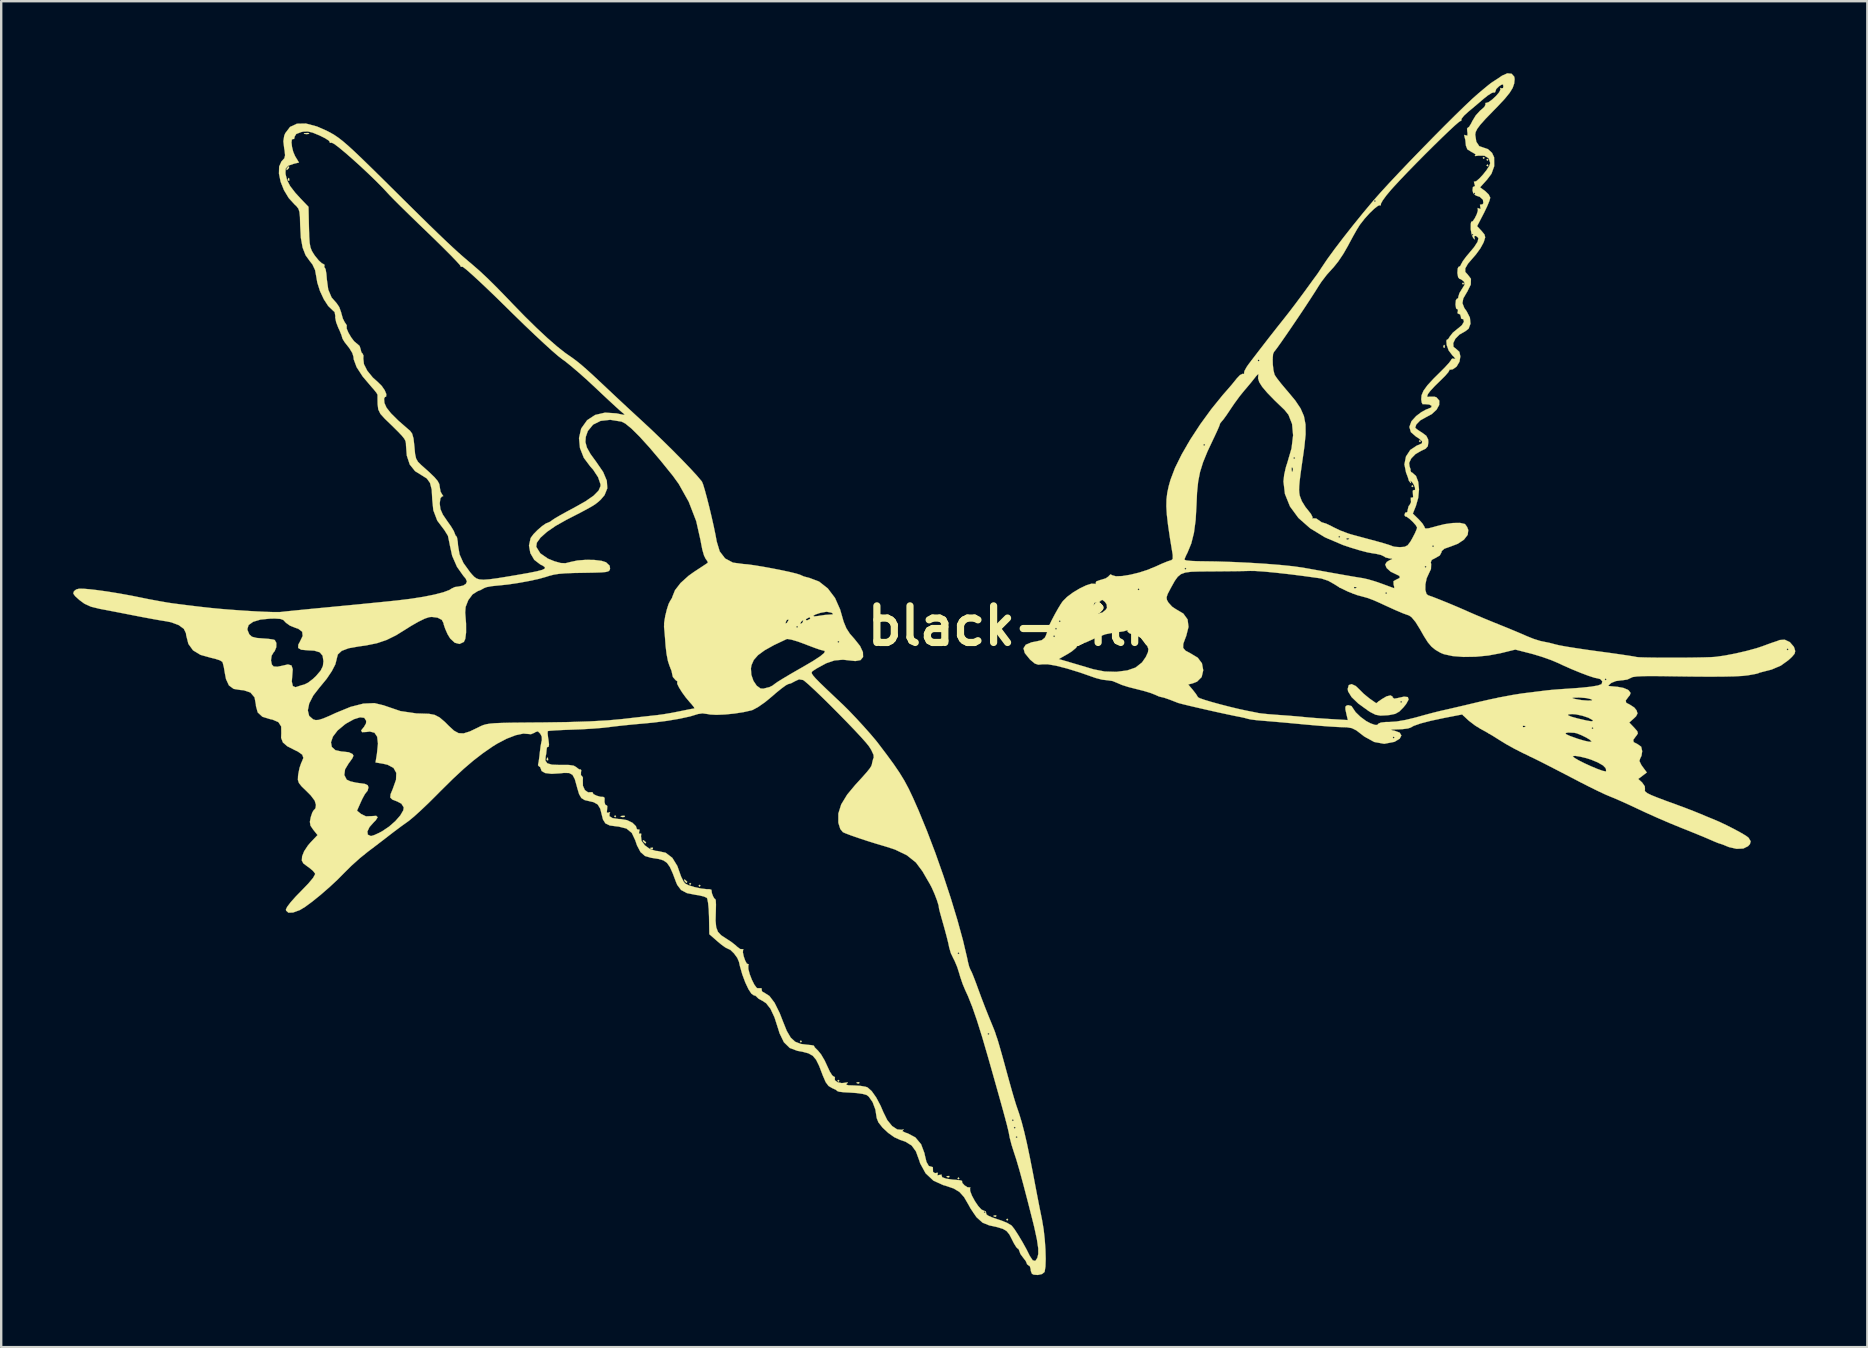
<source format=kicad_pcb>
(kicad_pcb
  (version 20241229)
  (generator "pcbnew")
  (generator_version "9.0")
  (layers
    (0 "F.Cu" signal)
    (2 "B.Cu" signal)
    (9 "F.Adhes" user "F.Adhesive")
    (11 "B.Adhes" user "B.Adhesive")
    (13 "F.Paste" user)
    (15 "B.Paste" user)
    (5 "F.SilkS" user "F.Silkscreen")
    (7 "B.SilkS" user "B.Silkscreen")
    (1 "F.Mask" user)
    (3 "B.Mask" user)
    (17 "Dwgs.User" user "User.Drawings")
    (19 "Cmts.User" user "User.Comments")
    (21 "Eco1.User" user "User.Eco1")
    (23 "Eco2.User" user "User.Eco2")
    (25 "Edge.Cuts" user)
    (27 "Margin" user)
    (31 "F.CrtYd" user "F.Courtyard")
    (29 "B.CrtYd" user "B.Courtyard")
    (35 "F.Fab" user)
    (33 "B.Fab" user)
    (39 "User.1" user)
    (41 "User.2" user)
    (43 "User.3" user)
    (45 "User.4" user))
  (footprint "black-silk"
    (layer "F.Cu")
    (at 39.108 23.027)
    (property "Reference" "black-silk" (at 0 0 0) (layer "F.SilkS") (effects (font (size 1.524 1.524) (thickness 0.3))))
    (attr through_hole)
    (fp_poly (pts (xy -16.49 7.933) (xy -16.53 7.972) (xy -16.569 7.933) (xy -16.53 7.894) (xy -16.49 7.933)) (stroke (width 0.01) (type solid)) (fill yes) (layer "F.SilkS"))
    (fp_poly (pts (xy -13.364 10.746) (xy -13.403 10.785) (xy -13.442 10.746) (xy -13.403 10.707) (xy -13.364 10.746)) (stroke (width 0.01) (type solid)) (fill yes) (layer "F.SilkS"))
    (fp_poly (pts (xy -12.974 10.824) (xy -13.013 10.863) (xy -13.052 10.824) (xy -13.013 10.785) (xy -12.974 10.824)) (stroke (width 0.01) (type solid)) (fill yes) (layer "F.SilkS"))
    (fp_poly (pts (xy -8.753 17.311) (xy -8.792 17.35) (xy -8.831 17.311) (xy -8.792 17.272) (xy -8.753 17.311)) (stroke (width 0.01) (type solid)) (fill yes) (layer "F.SilkS"))
    (fp_poly (pts (xy -7.19 18.952) (xy -7.229 18.991) (xy -7.268 18.952) (xy -7.229 18.913) (xy -7.19 18.952)) (stroke (width 0.01) (type solid)) (fill yes) (layer "F.SilkS"))
    (fp_poly (pts (xy -2.188 23.016) (xy -2.227 23.055) (xy -2.266 23.016) (xy -2.227 22.977) (xy -2.188 23.016)) (stroke (width 0.01) (type solid)) (fill yes) (layer "F.SilkS"))
    (fp_poly (pts (xy -0.156 24.736) (xy -0.195 24.775) (xy -0.234 24.736) (xy -0.195 24.697) (xy -0.156 24.736)) (stroke (width 0.01) (type solid)) (fill yes) (layer "F.SilkS"))
    (fp_poly (pts (xy 16.725 -5.822) (xy 16.686 -5.783) (xy 16.647 -5.822) (xy 16.686 -5.862) (xy 16.725 -5.822)) (stroke (width 0.01) (type solid)) (fill yes) (layer "F.SilkS"))
    (fp_poly (pts (xy 17.038 -7.698) (xy 16.998 -7.659) (xy 16.959 -7.698) (xy 16.998 -7.737) (xy 17.038 -7.698)) (stroke (width 0.01) (type solid)) (fill yes) (layer "F.SilkS"))
    (fp_poly (pts (xy 18.835 -14.263) (xy 18.796 -14.224) (xy 18.757 -14.263) (xy 18.796 -14.302) (xy 18.835 -14.263)) (stroke (width 0.01) (type solid)) (fill yes) (layer "F.SilkS"))
    (fp_poly (pts (xy 19.695 -19.499) (xy 19.656 -19.46) (xy 19.617 -19.499) (xy 19.656 -19.538) (xy 19.695 -19.499)) (stroke (width 0.01) (type solid)) (fill yes) (layer "F.SilkS"))
    (fp_poly (pts (xy 19.851 -19.421) (xy 19.812 -19.382) (xy 19.773 -19.421) (xy 19.812 -19.46) (xy 19.851 -19.421)) (stroke (width 0.01) (type solid)) (fill yes) (layer "F.SilkS"))
    (fp_poly (pts (xy 19.851 -19.187) (xy 19.812 -19.148) (xy 19.773 -19.187) (xy 19.812 -19.226) (xy 19.851 -19.187)) (stroke (width 0.01) (type solid)) (fill yes) (layer "F.SilkS"))
    (fp_poly (pts (xy -30.115 -18.653) (xy -30.106 -18.56) (xy -30.115 -18.549) (xy -30.162 -18.559) (xy -30.167 -18.601) (xy -30.139 -18.665) (xy -30.115 -18.653)) (stroke (width 0.01) (type solid)) (fill yes) (layer "F.SilkS"))
    (fp_poly (pts (xy -29.288 -20.528) (xy -29.278 -20.5) (xy -29.386 -20.489) (xy -29.497 -20.501) (xy -29.484 -20.528) (xy -29.324 -20.538) (xy -29.288 -20.528)) (stroke (width 0.01) (type solid)) (fill yes) (layer "F.SilkS"))
    (fp_poly (pts (xy -19.33 5.497) (xy -19.321 5.59) (xy -19.33 5.601) (xy -19.377 5.59) (xy -19.382 5.549) (xy -19.354 5.485) (xy -19.33 5.497)) (stroke (width 0.01) (type solid)) (fill yes) (layer "F.SilkS"))
    (fp_poly (pts (xy -16.121 7.924) (xy -16.144 7.96) (xy -16.223 7.966) (xy -16.307 7.946) (xy -16.271 7.918) (xy -16.149 7.909) (xy -16.121 7.924)) (stroke (width 0.01) (type solid)) (fill yes) (layer "F.SilkS"))
    (fp_poly (pts (xy -14.953 9.248) (xy -14.964 9.295) (xy -15.006 9.3) (xy -15.07 9.272) (xy -15.058 9.248) (xy -14.965 9.239) (xy -14.953 9.248)) (stroke (width 0.01) (type solid)) (fill yes) (layer "F.SilkS"))
    (fp_poly (pts (xy -6.357 19.017) (xy -6.367 19.064) (xy -6.409 19.07) (xy -6.473 19.041) (xy -6.461 19.017) (xy -6.368 19.008) (xy -6.357 19.017)) (stroke (width 0.01) (type solid)) (fill yes) (layer "F.SilkS"))
    (fp_poly (pts (xy -2.605 22.925) (xy -2.616 22.972) (xy -2.657 22.977) (xy -2.722 22.949) (xy -2.709 22.925) (xy -2.617 22.916) (xy -2.605 22.925)) (stroke (width 0.01) (type solid)) (fill yes) (layer "F.SilkS"))
    (fp_poly (pts (xy -0.651 24.566) (xy -0.662 24.613) (xy -0.703 24.618) (xy -0.768 24.59) (xy -0.755 24.566) (xy -0.663 24.557) (xy -0.651 24.566)) (stroke (width 0.01) (type solid)) (fill yes) (layer "F.SilkS"))
    (fp_poly (pts (xy 18.027 -11.697) (xy 18.037 -11.604) (xy 18.027 -11.593) (xy 17.981 -11.604) (xy 17.975 -11.645) (xy 18.004 -11.709) (xy 18.027 -11.697)) (stroke (width 0.01) (type solid)) (fill yes) (layer "F.SilkS"))
    (fp_poly (pts (xy -15.33 8.941) (xy -15.247 9.014) (xy -15.24 9.031) (xy -15.277 9.064) (xy -15.354 8.992) (xy -15.365 8.976) (xy -15.374 8.922) (xy -15.33 8.941)) (stroke (width 0.01) (type solid)) (fill yes) (layer "F.SilkS"))
    (fp_poly (pts (xy -13.611 10.582) (xy -13.527 10.661) (xy -13.544 10.706) (xy -13.555 10.707) (xy -13.621 10.652) (xy -13.645 10.617) (xy -13.655 10.563) (xy -13.611 10.582)) (stroke (width 0.01) (type solid)) (fill yes) (layer "F.SilkS"))
    (fp_poly (pts (xy -30.114 -19.097) (xy -30.128 -19.07) (xy -30.202 -18.995) (xy -30.216 -18.991) (xy -30.221 -19.042) (xy -30.206 -19.07) (xy -30.133 -19.144) (xy -30.119 -19.148) (xy -30.114 -19.097)) (stroke (width 0.01) (type solid)) (fill yes) (layer "F.SilkS"))
    (fp_poly (pts (xy 14.325 2.503) (xy 14.467 2.638) (xy 14.662 2.832) (xy 14.892 3.019) (xy 14.916 3.037) (xy 15.179 3.221) (xy 15.254 3.165) (xy 16.178 3.165) (xy 16.217 3.204) (xy 16.256 3.165) (xy 16.217 3.126) (xy 16.178 3.165) (xy 15.254 3.165) (xy 15.402 3.057) (xy 15.611 2.934) (xy 15.775 2.895) (xy 15.86 2.946) (xy 15.865 2.979) (xy 15.927 3.031) (xy 16.041 3.013) (xy 16.335 2.947) (xy 16.497 2.965) (xy 16.528 3.067) (xy 16.426 3.253) (xy 16.316 3.39) (xy 16.141 3.568) (xy 15.97 3.664) (xy 15.735 3.712) (xy 15.631 3.723) (xy 15.355 3.737) (xy 15.153 3.701) (xy 14.943 3.595) (xy 14.849 3.536) (xy 14.435 3.237) (xy 14.152 2.965) (xy 14.007 2.728) (xy 13.99 2.626) (xy 14.035 2.466) (xy 14.155 2.425) (xy 14.325 2.503)) (stroke (width 0.01) (type solid)) (fill yes) (layer "F.SilkS"))
    (fp_poly (pts (xy 20.821 -23.004) (xy 20.93 -22.881) (xy 20.945 -22.782) (xy 20.927 -22.597) (xy 20.863 -22.414) (xy 20.737 -22.209) (xy 20.533 -21.959) (xy 20.235 -21.64) (xy 20.05 -21.451) (xy 19.736 -21.128) (xy 19.521 -20.888) (xy 19.388 -20.711) (xy 19.321 -20.575) (xy 19.304 -20.465) (xy 19.348 -20.174) (xy 19.471 -19.988) (xy 19.641 -19.929) (xy 19.833 -19.864) (xy 20.004 -19.708) (xy 20.09 -19.523) (xy 20.094 -19.152) (xy 19.98 -18.837) (xy 19.795 -18.592) (xy 19.505 -18.271) (xy 19.717 -18.117) (xy 19.863 -17.976) (xy 19.929 -17.844) (xy 19.929 -17.837) (xy 19.895 -17.71) (xy 19.804 -17.49) (xy 19.676 -17.222) (xy 19.656 -17.183) (xy 19.382 -16.655) (xy 19.571 -16.451) (xy 19.689 -16.308) (xy 19.719 -16.191) (xy 19.67 -16.026) (xy 19.643 -15.958) (xy 19.517 -15.729) (xy 19.331 -15.473) (xy 19.23 -15.357) (xy 19 -15.09) (xy 18.888 -14.894) (xy 18.889 -14.749) (xy 18.99 -14.638) (xy 19.125 -14.462) (xy 19.118 -14.222) (xy 18.968 -13.918) (xy 18.952 -13.895) (xy 18.806 -13.644) (xy 18.771 -13.447) (xy 18.846 -13.25) (xy 18.953 -13.097) (xy 19.082 -12.843) (xy 19.106 -12.59) (xy 19.027 -12.382) (xy 18.883 -12.272) (xy 18.646 -12.138) (xy 18.476 -11.965) (xy 18.388 -11.784) (xy 18.397 -11.628) (xy 18.519 -11.529) (xy 18.522 -11.528) (xy 18.643 -11.419) (xy 18.684 -11.228) (xy 18.648 -11.009) (xy 18.534 -10.815) (xy 18.511 -10.791) (xy 18.37 -10.692) (xy 18.274 -10.677) (xy 18.224 -10.673) (xy 18.227 -10.654) (xy 18.184 -10.573) (xy 18.052 -10.42) (xy 17.857 -10.226) (xy 17.832 -10.202) (xy 17.614 -9.989) (xy 17.436 -9.796) (xy 17.337 -9.666) (xy 17.335 -9.663) (xy 17.294 -9.554) (xy 17.362 -9.541) (xy 17.408 -9.552) (xy 17.6 -9.552) (xy 17.691 -9.521) (xy 17.807 -9.386) (xy 17.802 -9.205) (xy 17.692 -9.008) (xy 17.492 -8.824) (xy 17.263 -8.701) (xy 17.014 -8.563) (xy 16.849 -8.393) (xy 16.803 -8.258) (xy 16.864 -8.2) (xy 17.015 -8.097) (xy 17.077 -8.06) (xy 17.264 -7.922) (xy 17.341 -7.771) (xy 17.35 -7.655) (xy 17.329 -7.488) (xy 17.236 -7.382) (xy 17.05 -7.294) (xy 16.815 -7.159) (xy 16.638 -6.978) (xy 16.549 -6.79) (xy 16.568 -6.643) (xy 16.611 -6.519) (xy 16.603 -6.479) (xy 16.633 -6.41) (xy 16.687 -6.38) (xy 16.837 -6.245) (xy 16.929 -6) (xy 16.961 -5.684) (xy 16.928 -5.333) (xy 16.833 -5.001) (xy 16.704 -4.68) (xy 16.949 -4.441) (xy 17.1 -4.273) (xy 17.186 -4.135) (xy 17.194 -4.102) (xy 17.232 -4.057) (xy 17.362 -4.066) (xy 17.607 -4.131) (xy 17.67 -4.15) (xy 18.03 -4.24) (xy 18.378 -4.288) (xy 18.671 -4.292) (xy 18.865 -4.248) (xy 18.881 -4.239) (xy 18.965 -4.123) (xy 19.014 -3.994) (xy 18.989 -3.794) (xy 18.835 -3.595) (xy 18.577 -3.422) (xy 18.262 -3.302) (xy 18.018 -3.216) (xy 17.909 -3.119) (xy 17.897 -3.065) (xy 17.826 -2.934) (xy 17.656 -2.835) (xy 17.493 -2.751) (xy 17.452 -2.65) (xy 17.467 -2.58) (xy 17.46 -2.37) (xy 17.381 -2.204) (xy 17.28 -1.984) (xy 17.228 -1.733) (xy 17.225 -1.499) (xy 17.275 -1.33) (xy 17.337 -1.278) (xy 17.533 -1.209) (xy 17.83 -1.093) (xy 18.186 -0.949) (xy 18.557 -0.793) (xy 18.902 -0.644) (xy 18.991 -0.603) (xy 19.292 -0.472) (xy 19.676 -0.31) (xy 20.082 -0.143) (xy 20.281 -0.063) (xy 20.655 0.088) (xy 21.021 0.24) (xy 21.327 0.37) (xy 21.456 0.428) (xy 21.736 0.54) (xy 22.007 0.625) (xy 22.121 0.65) (xy 22.395 0.705) (xy 22.665 0.776) (xy 22.828 0.813) (xy 23.116 0.865) (xy 23.5 0.926) (xy 23.949 0.993) (xy 24.423 1.059) (xy 24.893 1.122) (xy 25.313 1.182) (xy 25.658 1.233) (xy 25.901 1.271) (xy 26.016 1.294) (xy 26.017 1.295) (xy 26.127 1.306) (xy 26.363 1.314) (xy 26.698 1.32) (xy 27.1 1.324) (xy 27.541 1.324) (xy 27.992 1.323) (xy 28.423 1.318) (xy 28.805 1.311) (xy 29.109 1.302) (xy 29.305 1.29) (xy 29.308 1.29) (xy 29.692 1.236) (xy 30.147 1.149) (xy 30.612 1.041) (xy 30.848 0.977) (xy 32.278 0.977) (xy 32.317 1.016) (xy 32.356 0.977) (xy 32.317 0.938) (xy 32.278 0.977) (xy 30.848 0.977) (xy 31.027 0.928) (xy 31.262 0.85) (xy 31.507 0.759) (xy 31.695 0.692) (xy 31.77 0.668) (xy 31.903 0.623) (xy 31.989 0.588) (xy 32.198 0.574) (xy 32.411 0.675) (xy 32.572 0.861) (xy 32.598 0.917) (xy 32.635 1.05) (xy 32.609 1.16) (xy 32.499 1.29) (xy 32.352 1.426) (xy 32.035 1.655) (xy 31.652 1.818) (xy 31.262 1.918) (xy 31.146 1.948) (xy 31.125 1.958) (xy 31.083 1.977) (xy 30.979 2.002) (xy 30.775 2.039) (xy 30.675 2.057) (xy 30.447 2.083) (xy 30.103 2.102) (xy 29.635 2.112) (xy 29.034 2.115) (xy 28.295 2.11) (xy 27.407 2.098) (xy 27.26 2.095) (xy 26.718 2.089) (xy 26.315 2.092) (xy 26.036 2.106) (xy 25.862 2.131) (xy 25.779 2.169) (xy 25.779 2.169) (xy 25.639 2.235) (xy 25.427 2.266) (xy 25.399 2.266) (xy 25.164 2.298) (xy 24.975 2.374) (xy 24.966 2.381) (xy 24.865 2.47) (xy 24.853 2.502) (xy 24.948 2.512) (xy 25.141 2.53) (xy 25.235 2.538) (xy 25.476 2.583) (xy 25.662 2.66) (xy 25.699 2.688) (xy 25.776 2.793) (xy 25.742 2.891) (xy 25.688 2.954) (xy 25.575 3.106) (xy 25.592 3.201) (xy 25.747 3.281) (xy 25.747 3.281) (xy 25.929 3.399) (xy 26.024 3.516) (xy 26.065 3.647) (xy 26.004 3.766) (xy 25.916 3.851) (xy 25.721 4.025) (xy 25.926 4.239) (xy 26.054 4.385) (xy 26.08 4.479) (xy 26.017 4.576) (xy 25.999 4.596) (xy 25.888 4.747) (xy 25.906 4.843) (xy 26.064 4.923) (xy 26.064 4.924) (xy 26.218 5.033) (xy 26.26 5.219) (xy 26.231 5.411) (xy 26.174 5.526) (xy 26.144 5.628) (xy 26.222 5.79) (xy 26.27 5.859) (xy 26.453 6.106) (xy 26.095 6.377) (xy 26.257 6.523) (xy 26.368 6.683) (xy 26.376 6.803) (xy 26.369 6.858) (xy 26.397 6.912) (xy 26.48 6.972) (xy 26.635 7.048) (xy 26.882 7.148) (xy 27.238 7.283) (xy 27.723 7.46) (xy 27.745 7.468) (xy 28.082 7.593) (xy 28.415 7.722) (xy 28.673 7.826) (xy 28.682 7.83) (xy 28.926 7.933) (xy 29.131 8.017) (xy 29.19 8.041) (xy 29.457 8.154) (xy 29.766 8.3) (xy 30.08 8.459) (xy 30.363 8.612) (xy 30.579 8.74) (xy 30.69 8.824) (xy 30.692 8.826) (xy 30.78 8.973) (xy 30.748 9.091) (xy 30.67 9.177) (xy 30.473 9.275) (xy 30.192 9.287) (xy 29.875 9.215) (xy 29.795 9.183) (xy 29.615 9.109) (xy 29.507 9.073) (xy 29.5 9.072) (xy 29.413 9.043) (xy 29.231 8.968) (xy 29.091 8.907) (xy 28.866 8.81) (xy 28.541 8.676) (xy 28.166 8.524) (xy 27.862 8.403) (xy 27.41 8.218) (xy 26.897 7.997) (xy 26.399 7.773) (xy 26.142 7.653) (xy 25.769 7.478) (xy 25.411 7.315) (xy 25.111 7.184) (xy 24.931 7.111) (xy 24.73 7.026) (xy 24.429 6.885) (xy 24.066 6.707) (xy 23.678 6.51) (xy 23.602 6.47) (xy 23.063 6.189) (xy 22.636 5.968) (xy 22.298 5.794) (xy 22.023 5.654) (xy 21.786 5.536) (xy 21.566 5.429) (xy 23.368 5.429) (xy 23.435 5.495) (xy 23.609 5.598) (xy 23.852 5.721) (xy 24.125 5.846) (xy 24.39 5.957) (xy 24.608 6.035) (xy 24.739 6.063) (xy 24.757 6.058) (xy 24.752 5.981) (xy 24.733 5.922) (xy 24.628 5.813) (xy 24.413 5.689) (xy 24.129 5.571) (xy 23.935 5.509) (xy 23.675 5.446) (xy 23.474 5.415) (xy 23.373 5.42) (xy 23.368 5.429) (xy 21.566 5.429) (xy 21.563 5.427) (xy 21.327 5.315) (xy 21.297 5.301) (xy 20.952 5.126) (xy 20.592 4.926) (xy 20.32 4.759) (xy 20.034 4.579) (xy 19.839 4.464) (xy 23.062 4.464) (xy 23.101 4.518) (xy 23.251 4.586) (xy 23.567 4.699) (xy 23.844 4.782) (xy 24.047 4.826) (xy 24.145 4.823) (xy 24.15 4.814) (xy 24.085 4.746) (xy 23.926 4.649) (xy 23.726 4.551) (xy 23.536 4.476) (xy 23.433 4.453) (xy 23.174 4.442) (xy 23.062 4.464) (xy 19.839 4.464) (xy 19.745 4.409) (xy 19.572 4.315) (xy 19.48 4.259) (xy 24.15 4.259) (xy 24.189 4.298) (xy 24.228 4.259) (xy 24.189 4.22) (xy 24.15 4.259) (xy 19.48 4.259) (xy 19.329 4.168) (xy 21.284 4.168) (xy 21.295 4.215) (xy 21.336 4.22) (xy 21.4 4.192) (xy 21.388 4.168) (xy 21.295 4.159) (xy 21.284 4.168) (xy 19.329 4.168) (xy 19.305 4.154) (xy 19.05 3.96) (xy 19.006 3.922) (xy 18.794 3.723) (xy 23.17 3.723) (xy 23.306 3.782) (xy 23.587 3.86) (xy 23.616 3.867) (xy 23.947 3.943) (xy 24.141 3.974) (xy 24.212 3.962) (xy 24.185 3.918) (xy 24.02 3.826) (xy 23.767 3.742) (xy 23.497 3.685) (xy 23.343 3.673) (xy 23.181 3.686) (xy 23.17 3.723) (xy 18.794 3.723) (xy 18.758 3.689) (xy 18.01 3.834) (xy 17.459 3.951) (xy 17.031 4.062) (xy 16.738 4.165) (xy 16.612 4.236) (xy 16.497 4.273) (xy 16.281 4.3) (xy 16.104 4.309) (xy 15.875 4.317) (xy 15.792 4.328) (xy 15.844 4.348) (xy 15.943 4.367) (xy 16.156 4.446) (xy 16.227 4.564) (xy 16.158 4.698) (xy 15.949 4.824) (xy 15.927 4.832) (xy 15.511 4.912) (xy 15.094 4.835) (xy 14.759 4.65) (xy 15.865 4.65) (xy 15.904 4.689) (xy 15.943 4.65) (xy 15.904 4.611) (xy 15.865 4.65) (xy 14.759 4.65) (xy 14.676 4.604) (xy 14.582 4.53) (xy 14.35 4.352) (xy 14.163 4.259) (xy 13.956 4.224) (xy 13.805 4.22) (xy 13.584 4.212) (xy 13.246 4.192) (xy 12.832 4.161) (xy 12.381 4.122) (xy 12.192 4.105) (xy 11.724 4.061) (xy 11.265 4.019) (xy 10.859 3.984) (xy 10.549 3.958) (xy 10.469 3.952) (xy 10.187 3.927) (xy 9.959 3.898) (xy 9.844 3.874) (xy 9.679 3.829) (xy 9.535 3.798) (xy 9.285 3.749) (xy 8.949 3.678) (xy 8.561 3.594) (xy 8.151 3.502) (xy 7.753 3.411) (xy 7.398 3.328) (xy 7.119 3.26) (xy 6.948 3.215) (xy 6.917 3.205) (xy 6.578 3.073) (xy 6.339 2.99) (xy 6.22 2.963) (xy 6.216 2.963) (xy 6.123 2.938) (xy 5.959 2.864) (xy 5.958 2.864) (xy 5.777 2.793) (xy 5.499 2.709) (xy 5.183 2.629) (xy 5.158 2.623) (xy 4.849 2.544) (xy 4.582 2.459) (xy 4.409 2.385) (xy 4.399 2.379) (xy 4.19 2.295) (xy 3.99 2.266) (xy 3.756 2.239) (xy 3.493 2.17) (xy 3.46 2.159) (xy 2.836 1.941) (xy 2.29 1.773) (xy 1.836 1.657) (xy 1.492 1.598) (xy 1.286 1.598) (xy 1.101 1.616) (xy 0.958 1.569) (xy 0.793 1.433) (xy 0.74 1.381) (xy 1.954 1.381) (xy 2.442 1.524) (xy 2.801 1.63) (xy 3.189 1.745) (xy 3.4 1.808) (xy 3.865 1.899) (xy 4.353 1.913) (xy 4.809 1.854) (xy 5.15 1.736) (xy 5.42 1.524) (xy 5.58 1.293) (xy 5.669 1.097) (xy 5.687 0.964) (xy 5.633 0.818) (xy 5.586 0.729) (xy 5.439 0.532) (xy 5.229 0.415) (xy 5.107 0.379) (xy 4.905 0.31) (xy 4.817 0.238) (xy 4.82 0.213) (xy 4.82 0.17) (xy 4.78 0.188) (xy 4.654 0.225) (xy 4.433 0.258) (xy 4.289 0.27) (xy 3.891 0.349) (xy 3.433 0.525) (xy 3.352 0.564) (xy 3.07 0.691) (xy 2.872 0.756) (xy 2.783 0.749) (xy 2.782 0.747) (xy 2.751 0.737) (xy 2.742 0.799) (xy 2.673 0.913) (xy 2.499 1.059) (xy 2.345 1.158) (xy 1.954 1.381) (xy 0.74 1.381) (xy 0.739 1.38) (xy 0.537 1.131) (xy 0.483 0.933) (xy 0.577 0.785) (xy 0.819 0.683) (xy 1.019 0.646) (xy 1.247 0.593) (xy 1.372 0.492) (xy 1.403 0.43) (xy 1.719 0.43) (xy 1.758 0.469) (xy 1.798 0.43) (xy 1.758 0.391) (xy 1.719 0.43) (xy 1.403 0.43) (xy 1.418 0.399) (xy 1.47 0.252) (xy 1.483 0.195) (xy 1.489 0.134) (xy 1.496 0.117) (xy 1.798 0.117) (xy 1.837 0.156) (xy 1.876 0.117) (xy 1.837 0.078) (xy 1.798 0.117) (xy 1.496 0.117) (xy 1.557 -0.026) (xy 1.639 -0.195) (xy 1.954 -0.195) (xy 1.993 -0.156) (xy 2.032 -0.195) (xy 1.993 -0.234) (xy 1.954 -0.195) (xy 1.639 -0.195) (xy 1.666 -0.25) (xy 1.799 -0.502) (xy 1.937 -0.746) (xy 2.015 -0.871) (xy 3.406 -0.871) (xy 3.421 -0.732) (xy 3.486 -0.616) (xy 3.62 -0.521) (xy 3.766 -0.555) (xy 3.91 -0.673) (xy 3.962 -0.754) (xy 3.948 -0.896) (xy 3.876 -1.003) (xy 3.767 -1.086) (xy 3.695 -1.049) (xy 3.679 -1.026) (xy 3.582 -0.957) (xy 3.534 -0.966) (xy 3.446 -0.967) (xy 3.406 -0.871) (xy 2.015 -0.871) (xy 2.062 -0.947) (xy 2.124 -1.034) (xy 2.28 -1.188) (xy 6.443 -1.188) (xy 6.46 -1.08) (xy 6.523 -0.97) (xy 6.676 -0.801) (xy 6.823 -0.703) (xy 7.142 -0.515) (xy 7.32 -0.27) (xy 7.358 0.041) (xy 7.261 0.424) (xy 7.235 0.486) (xy 7.14 0.746) (xy 7.134 0.913) (xy 7.232 1.031) (xy 7.43 1.136) (xy 7.744 1.325) (xy 7.918 1.558) (xy 7.972 1.848) (xy 7.906 2.13) (xy 7.713 2.323) (xy 7.537 2.392) (xy 7.347 2.44) (xy 7.535 2.663) (xy 7.666 2.831) (xy 7.745 2.956) (xy 7.75 2.969) (xy 7.83 3.013) (xy 8.032 3.083) (xy 8.326 3.171) (xy 8.679 3.268) (xy 9.063 3.367) (xy 9.445 3.459) (xy 9.796 3.535) (xy 9.926 3.56) (xy 10.146 3.603) (xy 10.277 3.631) (xy 10.423 3.651) (xy 10.68 3.677) (xy 11 3.702) (xy 11.137 3.712) (xy 11.497 3.738) (xy 11.836 3.765) (xy 12.097 3.789) (xy 12.153 3.795) (xy 12.371 3.816) (xy 12.69 3.841) (xy 13.057 3.867) (xy 13.231 3.878) (xy 13.997 3.924) (xy 13.944 3.701) (xy 13.896 3.48) (xy 13.895 3.367) (xy 13.946 3.318) (xy 14.009 3.301) (xy 14.149 3.339) (xy 14.205 3.423) (xy 14.321 3.594) (xy 14.523 3.789) (xy 14.76 3.964) (xy 14.938 4.058) (xy 15.124 4.124) (xy 15.222 4.125) (xy 15.277 4.067) (xy 15.375 4.027) (xy 15.577 4.004) (xy 15.731 4.002) (xy 16.021 3.983) (xy 16.396 3.919) (xy 16.798 3.822) (xy 16.842 3.81) (xy 17.208 3.708) (xy 17.57 3.612) (xy 17.864 3.539) (xy 17.936 3.523) (xy 18.155 3.474) (xy 18.486 3.397) (xy 18.889 3.303) (xy 19.324 3.199) (xy 19.46 3.167) (xy 19.934 3.059) (xy 20.211 3.002) (xy 23.343 3.002) (xy 23.417 3.03) (xy 23.485 3.048) (xy 23.737 3.092) (xy 23.993 3.111) (xy 24.157 3.107) (xy 24.179 3.084) (xy 24.11 3.048) (xy 23.936 3.007) (xy 23.689 2.986) (xy 23.602 2.985) (xy 23.401 2.989) (xy 23.343 3.002) (xy 20.211 3.002) (xy 20.425 2.958) (xy 20.88 2.873) (xy 21.246 2.815) (xy 21.297 2.808) (xy 21.649 2.765) (xy 21.974 2.724) (xy 22.219 2.694) (xy 22.274 2.687) (xy 22.491 2.665) (xy 22.798 2.64) (xy 23.129 2.618) (xy 23.134 2.618) (xy 23.687 2.578) (xy 24.116 2.533) (xy 24.411 2.483) (xy 24.561 2.429) (xy 24.569 2.423) (xy 24.599 2.315) (xy 24.528 2.227) (xy 24.697 2.227) (xy 24.736 2.266) (xy 24.775 2.227) (xy 24.736 2.188) (xy 24.697 2.227) (xy 24.528 2.227) (xy 24.52 2.218) (xy 24.412 2.188) (xy 24.264 2.157) (xy 24.01 2.074) (xy 23.685 1.951) (xy 23.324 1.803) (xy 22.965 1.644) (xy 22.782 1.557) (xy 22.473 1.426) (xy 22.087 1.289) (xy 21.7 1.172) (xy 21.644 1.157) (xy 20.974 0.986) (xy 20.354 1.138) (xy 19.85 1.233) (xy 19.324 1.284) (xy 18.815 1.292) (xy 18.359 1.256) (xy 17.996 1.177) (xy 17.858 1.12) (xy 17.647 0.997) (xy 17.481 0.862) (xy 17.33 0.683) (xy 17.165 0.423) (xy 17.005 0.141) (xy 16.819 -0.16) (xy 16.652 -0.362) (xy 16.544 -0.435) (xy 16.308 -0.519) (xy 15.971 -0.662) (xy 15.517 -0.869) (xy 15.357 -0.944) (xy 15.082 -1.066) (xy 14.837 -1.159) (xy 14.693 -1.2) (xy 14.371 -1.287) (xy 14.163 -1.368) (xy 15.553 -1.368) (xy 15.592 -1.329) (xy 15.631 -1.368) (xy 15.592 -1.407) (xy 15.553 -1.368) (xy 14.163 -1.368) (xy 13.999 -1.431) (xy 13.651 -1.601) (xy 13.629 -1.615) (xy 14.25 -1.615) (xy 14.261 -1.569) (xy 14.302 -1.563) (xy 14.366 -1.592) (xy 14.354 -1.615) (xy 14.262 -1.625) (xy 14.25 -1.615) (xy 13.629 -1.615) (xy 13.432 -1.739) (xy 13.177 -1.882) (xy 12.896 -1.975) (xy 12.856 -1.982) (xy 12.187 -2.075) (xy 11.557 -2.155) (xy 10.989 -2.218) (xy 10.508 -2.264) (xy 10.137 -2.289) (xy 9.926 -2.292) (xy 9.691 -2.286) (xy 9.342 -2.28) (xy 8.919 -2.276) (xy 8.464 -2.272) (xy 8.307 -2.271) (xy 7.827 -2.268) (xy 7.476 -2.257) (xy 7.225 -2.224) (xy 7.045 -2.158) (xy 6.91 -2.048) (xy 6.789 -1.881) (xy 6.657 -1.646) (xy 6.608 -1.556) (xy 6.49 -1.33) (xy 6.443 -1.188) (xy 2.28 -1.188) (xy 2.306 -1.214) (xy 2.553 -1.397) (xy 2.766 -1.524) (xy 5.236 -1.524) (xy 5.275 -1.485) (xy 5.314 -1.524) (xy 5.275 -1.563) (xy 5.236 -1.524) (xy 2.766 -1.524) (xy 2.829 -1.562) (xy 3.096 -1.69) (xy 3.316 -1.76) (xy 3.448 -1.753) (xy 3.505 -1.741) (xy 3.488 -1.782) (xy 3.516 -1.854) (xy 3.684 -1.914) (xy 3.716 -1.921) (xy 3.913 -1.983) (xy 4.032 -2.068) (xy 4.04 -2.083) (xy 4.109 -2.149) (xy 4.181 -2.11) (xy 4.332 -2.068) (xy 4.592 -2.077) (xy 4.926 -2.131) (xy 5.297 -2.221) (xy 5.669 -2.341) (xy 5.772 -2.384) (xy 7.19 -2.384) (xy 7.229 -2.345) (xy 7.268 -2.384) (xy 7.229 -2.423) (xy 7.19 -2.384) (xy 5.772 -2.384) (xy 5.98 -2.47) (xy 6.257 -2.596) (xy 6.486 -2.689) (xy 6.625 -2.734) (xy 6.639 -2.735) (xy 6.664 -2.756) (xy 7.19 -2.756) (xy 7.263 -2.729) (xy 7.456 -2.708) (xy 7.734 -2.696) (xy 7.874 -2.694) (xy 8.517 -2.685) (xy 9.202 -2.663) (xy 9.897 -2.63) (xy 10.569 -2.588) (xy 11.185 -2.539) (xy 11.714 -2.485) (xy 12.121 -2.428) (xy 12.153 -2.422) (xy 12.433 -2.372) (xy 12.809 -2.305) (xy 13.223 -2.23) (xy 13.482 -2.184) (xy 13.861 -2.117) (xy 14.212 -2.056) (xy 14.488 -2.01) (xy 14.619 -1.99) (xy 14.839 -1.941) (xy 15.135 -1.854) (xy 15.4 -1.762) (xy 15.655 -1.668) (xy 15.844 -1.599) (xy 15.929 -1.569) (xy 15.929 -1.569) (xy 15.929 -1.627) (xy 15.903 -1.725) (xy 15.899 -1.864) (xy 16.015 -1.929) (xy 16.157 -1.999) (xy 16.147 -2.082) (xy 16.002 -2.153) (xy 15.78 -2.26) (xy 15.614 -2.411) (xy 15.592 -2.462) (xy 17.194 -2.462) (xy 17.233 -2.423) (xy 17.272 -2.462) (xy 17.233 -2.501) (xy 17.194 -2.462) (xy 15.592 -2.462) (xy 15.553 -2.555) (xy 15.617 -2.664) (xy 15.728 -2.733) (xy 15.847 -2.786) (xy 15.824 -2.805) (xy 15.744 -2.809) (xy 15.57 -2.852) (xy 15.499 -2.899) (xy 15.375 -2.957) (xy 15.158 -3.007) (xy 15.039 -3.023) (xy 14.812 -3.065) (xy 14.486 -3.15) (xy 14.108 -3.265) (xy 13.795 -3.37) (xy 13.146 -3.647) (xy 13.937 -3.647) (xy 13.948 -3.601) (xy 13.99 -3.595) (xy 14.054 -3.624) (xy 14.042 -3.647) (xy 13.949 -3.657) (xy 13.937 -3.647) (xy 13.146 -3.647) (xy 13.048 -3.689) (xy 13.009 -3.712) (xy 13.599 -3.712) (xy 13.638 -3.673) (xy 13.677 -3.712) (xy 13.638 -3.751) (xy 13.599 -3.712) (xy 13.009 -3.712) (xy 12.428 -4.066) (xy 11.938 -4.498) (xy 11.586 -4.977) (xy 11.376 -5.497) (xy 11.314 -6.018) (xy 11.344 -6.298) (xy 11.398 -6.532) (xy 11.651 -6.532) (xy 11.665 -6.431) (xy 11.692 -6.43) (xy 11.711 -6.534) (xy 11.698 -6.58) (xy 11.664 -6.609) (xy 11.651 -6.532) (xy 11.398 -6.532) (xy 11.419 -6.625) (xy 11.476 -6.799) (xy 11.533 -6.995) (xy 11.723 -6.995) (xy 11.762 -6.956) (xy 11.801 -6.995) (xy 11.762 -7.034) (xy 11.723 -6.995) (xy 11.533 -6.995) (xy 11.651 -7.398) (xy 11.716 -7.942) (xy 11.673 -8.414) (xy 11.522 -8.798) (xy 11.357 -9.002) (xy 10.943 -9.4) (xy 10.637 -9.715) (xy 10.429 -9.961) (xy 10.305 -10.156) (xy 10.256 -10.316) (xy 10.269 -10.455) (xy 10.272 -10.467) (xy 10.259 -10.493) (xy 10.178 -10.409) (xy 10.139 -10.36) (xy 9.981 -10.161) (xy 9.781 -9.921) (xy 9.687 -9.812) (xy 9.493 -9.573) (xy 9.273 -9.273) (xy 9.106 -9.027) (xy 8.946 -8.788) (xy 8.813 -8.604) (xy 8.734 -8.512) (xy 8.732 -8.51) (xy 8.668 -8.426) (xy 8.668 -8.413) (xy 8.638 -8.324) (xy 8.555 -8.132) (xy 8.435 -7.874) (xy 8.397 -7.796) (xy 8.146 -7.262) (xy 7.964 -6.816) (xy 7.839 -6.414) (xy 7.76 -6.011) (xy 7.714 -5.561) (xy 7.692 -5.066) (xy 7.656 -4.412) (xy 7.585 -3.88) (xy 7.474 -3.436) (xy 7.314 -3.047) (xy 7.264 -2.951) (xy 7.202 -2.81) (xy 7.19 -2.756) (xy 6.664 -2.756) (xy 6.7 -2.786) (xy 6.701 -2.952) (xy 6.689 -3.028) (xy 6.582 -3.682) (xy 6.505 -4.208) (xy 6.456 -4.632) (xy 6.435 -4.979) (xy 6.441 -5.276) (xy 6.474 -5.548) (xy 6.533 -5.821) (xy 6.609 -6.09) (xy 6.794 -6.579) (xy 7.075 -7.147) (xy 7.304 -7.542) (xy 7.972 -7.542) (xy 8.011 -7.503) (xy 8.05 -7.542) (xy 8.011 -7.581) (xy 7.972 -7.542) (xy 7.304 -7.542) (xy 7.432 -7.763) (xy 7.849 -8.401) (xy 8.306 -9.029) (xy 8.785 -9.62) (xy 8.961 -9.82) (xy 9.158 -10.048) (xy 9.347 -10.281) (xy 9.367 -10.308) (xy 9.503 -10.45) (xy 9.613 -10.504) (xy 9.633 -10.499) (xy 9.682 -10.494) (xy 9.67 -10.521) (xy 9.688 -10.619) (xy 9.783 -10.791) (xy 9.873 -10.919) (xy 9.98 -11.059) (xy 10.238 -11.059) (xy 10.277 -11.02) (xy 10.316 -11.059) (xy 10.277 -11.098) (xy 10.238 -11.059) (xy 9.98 -11.059) (xy 10.041 -11.139) (xy 10.865 -11.139) (xy 10.87 -10.897) (xy 10.896 -10.658) (xy 10.941 -10.477) (xy 10.954 -10.448) (xy 11.047 -10.312) (xy 11.213 -10.099) (xy 11.422 -9.849) (xy 11.492 -9.769) (xy 11.805 -9.392) (xy 12.027 -9.061) (xy 12.167 -8.74) (xy 12.233 -8.393) (xy 12.237 -7.982) (xy 12.186 -7.471) (xy 12.153 -7.229) (xy 12.078 -6.707) (xy 12.023 -6.315) (xy 11.988 -6.028) (xy 11.97 -5.82) (xy 11.965 -5.669) (xy 11.973 -5.548) (xy 11.991 -5.433) (xy 11.993 -5.424) (xy 12.078 -5.199) (xy 12.232 -4.951) (xy 12.312 -4.852) (xy 12.454 -4.673) (xy 12.525 -4.537) (xy 12.523 -4.493) (xy 12.52 -4.465) (xy 12.557 -4.482) (xy 12.678 -4.476) (xy 12.766 -4.416) (xy 12.901 -4.32) (xy 12.972 -4.298) (xy 13.088 -4.263) (xy 13.283 -4.172) (xy 13.399 -4.11) (xy 13.684 -3.974) (xy 14.016 -3.849) (xy 14.156 -3.806) (xy 14.445 -3.728) (xy 14.809 -3.63) (xy 15.172 -3.532) (xy 15.195 -3.526) (xy 15.485 -3.445) (xy 15.713 -3.375) (xy 15.84 -3.329) (xy 15.852 -3.321) (xy 15.949 -3.296) (xy 16.137 -3.283) (xy 16.184 -3.282) (xy 16.365 -3.296) (xy 16.414 -3.322) (xy 17.506 -3.322) (xy 17.546 -3.282) (xy 17.585 -3.322) (xy 17.546 -3.361) (xy 17.506 -3.322) (xy 16.414 -3.322) (xy 16.488 -3.36) (xy 16.602 -3.51) (xy 16.679 -3.644) (xy 16.794 -3.865) (xy 16.867 -4.037) (xy 16.881 -4.096) (xy 16.832 -4.189) (xy 16.714 -4.324) (xy 16.571 -4.458) (xy 16.447 -4.549) (xy 16.389 -4.562) (xy 16.364 -4.597) (xy 16.36 -4.647) (xy 16.394 -4.726) (xy 16.425 -4.72) (xy 16.477 -4.751) (xy 16.49 -4.836) (xy 16.529 -4.99) (xy 16.575 -5.045) (xy 16.629 -5.154) (xy 16.622 -5.245) (xy 16.62 -5.346) (xy 16.665 -5.342) (xy 16.717 -5.361) (xy 16.708 -5.496) (xy 16.701 -5.63) (xy 16.736 -5.659) (xy 16.797 -5.663) (xy 16.795 -5.757) (xy 16.739 -5.896) (xy 16.68 -5.983) (xy 16.609 -6.056) (xy 16.614 -6.018) (xy 16.633 -5.947) (xy 16.601 -5.966) (xy 16.532 -6.064) (xy 16.529 -6.083) (xy 16.5 -6.184) (xy 16.433 -6.362) (xy 16.422 -6.388) (xy 16.353 -6.73) (xy 16.418 -7.057) (xy 16.598 -7.332) (xy 16.878 -7.517) (xy 16.94 -7.538) (xy 17.084 -7.607) (xy 17.09 -7.694) (xy 16.954 -7.813) (xy 16.842 -7.883) (xy 16.624 -8.072) (xy 16.56 -8.289) (xy 16.647 -8.527) (xy 16.844 -8.744) (xy 17.054 -8.903) (xy 17.255 -9.014) (xy 17.313 -9.034) (xy 17.468 -9.1) (xy 17.488 -9.169) (xy 17.39 -9.223) (xy 17.195 -9.241) (xy 17.113 -9.237) (xy 17.076 -9.301) (xy 17.054 -9.436) (xy 17.068 -9.61) (xy 17.148 -9.797) (xy 17.309 -10.02) (xy 17.569 -10.302) (xy 17.81 -10.54) (xy 18.035 -10.765) (xy 18.206 -10.952) (xy 18.299 -11.075) (xy 18.308 -11.104) (xy 18.352 -11.14) (xy 18.426 -11.128) (xy 18.477 -11.135) (xy 18.401 -11.226) (xy 18.356 -11.267) (xy 18.196 -11.478) (xy 18.116 -11.703) (xy 18.102 -11.863) (xy 18.115 -11.921) (xy 18.119 -11.918) (xy 18.177 -11.949) (xy 18.244 -12.056) (xy 18.37 -12.216) (xy 18.559 -12.373) (xy 18.58 -12.387) (xy 18.745 -12.525) (xy 18.829 -12.664) (xy 18.832 -12.685) (xy 18.805 -12.783) (xy 18.766 -12.784) (xy 18.713 -12.808) (xy 18.707 -12.877) (xy 18.673 -12.982) (xy 18.623 -12.994) (xy 18.563 -13.031) (xy 18.578 -13.105) (xy 18.587 -13.191) (xy 18.555 -13.189) (xy 18.507 -13.226) (xy 18.484 -13.373) (xy 18.483 -13.403) (xy 18.498 -13.567) (xy 18.535 -13.628) (xy 18.542 -13.626) (xy 18.592 -13.656) (xy 18.601 -13.719) (xy 18.647 -13.868) (xy 18.757 -14.047) (xy 18.757 -14.047) (xy 18.858 -14.211) (xy 18.845 -14.326) (xy 18.826 -14.352) (xy 18.704 -14.445) (xy 18.65 -14.458) (xy 18.591 -14.527) (xy 18.562 -14.695) (xy 18.562 -14.725) (xy 18.575 -14.892) (xy 18.608 -14.96) (xy 18.615 -14.958) (xy 18.678 -14.991) (xy 18.713 -15.063) (xy 18.791 -15.203) (xy 18.934 -15.395) (xy 19.002 -15.474) (xy 19.259 -15.782) (xy 19.401 -16.002) (xy 19.435 -16.143) (xy 19.423 -16.174) (xy 19.337 -16.248) (xy 19.266 -16.241) (xy 19.271 -16.159) (xy 19.272 -16.158) (xy 19.294 -16.1) (xy 19.226 -16.154) (xy 19.164 -16.279) (xy 19.187 -16.256) (xy 19.226 -16.295) (xy 19.187 -16.334) (xy 19.157 -16.304) (xy 19.12 -16.502) (xy 19.117 -16.557) (xy 19.119 -16.744) (xy 19.134 -16.835) (xy 19.141 -16.836) (xy 19.201 -16.862) (xy 19.284 -16.982) (xy 19.364 -17.143) (xy 19.413 -17.292) (xy 19.411 -17.367) (xy 19.406 -17.415) (xy 19.462 -17.388) (xy 19.531 -17.371) (xy 19.514 -17.459) (xy 19.501 -17.55) (xy 19.531 -17.55) (xy 19.614 -17.57) (xy 19.643 -17.618) (xy 19.624 -17.757) (xy 19.493 -17.876) (xy 19.334 -17.93) (xy 19.27 -17.98) (xy 19.304 -18.014) (xy 19.265 -18.054) (xy 19.226 -18.014) (xy 19.226 -18.014) (xy 19.222 -18.018) (xy 19.191 -18.152) (xy 19.208 -18.284) (xy 19.256 -18.308) (xy 19.295 -18.326) (xy 19.274 -18.41) (xy 19.248 -18.507) (xy 19.266 -18.508) (xy 19.344 -18.527) (xy 19.477 -18.64) (xy 19.633 -18.809) (xy 19.782 -18.998) (xy 19.891 -19.171) (xy 19.929 -19.284) (xy 19.865 -19.482) (xy 19.688 -19.589) (xy 19.441 -19.593) (xy 19.301 -19.575) (xy 19.282 -19.587) (xy 19.296 -19.593) (xy 19.319 -19.647) (xy 19.19 -19.727) (xy 19.159 -19.74) (xy 18.975 -19.856) (xy 18.914 -20.014) (xy 18.913 -20.036) (xy 18.892 -20.246) (xy 18.861 -20.366) (xy 18.845 -20.458) (xy 18.911 -20.438) (xy 18.98 -20.427) (xy 18.983 -20.536) (xy 18.975 -20.58) (xy 18.963 -20.717) (xy 18.989 -20.751) (xy 19.05 -20.795) (xy 19.139 -20.943) (xy 19.178 -21.025) (xy 19.323 -21.265) (xy 19.507 -21.467) (xy 19.544 -21.496) (xy 19.684 -21.622) (xy 19.733 -21.721) (xy 19.729 -21.735) (xy 19.73 -21.79) (xy 19.753 -21.787) (xy 19.858 -21.819) (xy 20.012 -21.931) (xy 20.174 -22.082) (xy 20.302 -22.233) (xy 20.355 -22.345) (xy 20.351 -22.365) (xy 20.343 -22.417) (xy 20.386 -22.399) (xy 20.462 -22.407) (xy 20.476 -22.474) (xy 20.463 -22.56) (xy 20.394 -22.546) (xy 20.3 -22.485) (xy 20.178 -22.367) (xy 20.146 -22.274) (xy 20.122 -22.219) (xy 20.093 -22.23) (xy 19.999 -22.208) (xy 19.831 -22.103) (xy 19.678 -21.982) (xy 19.412 -21.755) (xy 19.128 -21.516) (xy 19.012 -21.42) (xy 18.838 -21.261) (xy 18.738 -21.135) (xy 18.727 -21.086) (xy 18.717 -21.038) (xy 18.697 -21.041) (xy 18.622 -20.994) (xy 18.457 -20.852) (xy 18.218 -20.63) (xy 17.922 -20.347) (xy 17.587 -20.019) (xy 17.229 -19.664) (xy 16.866 -19.297) (xy 16.514 -18.937) (xy 16.192 -18.599) (xy 15.916 -18.302) (xy 15.804 -18.178) (xy 15.6 -17.934) (xy 15.45 -17.729) (xy 15.375 -17.593) (xy 15.373 -17.56) (xy 15.371 -17.517) (xy 15.343 -17.53) (xy 15.253 -17.503) (xy 15.095 -17.38) (xy 14.899 -17.192) (xy 14.695 -16.966) (xy 14.512 -16.732) (xy 14.48 -16.686) (xy 14.37 -16.508) (xy 14.218 -16.24) (xy 14.05 -15.929) (xy 13.996 -15.826) (xy 13.806 -15.496) (xy 13.593 -15.179) (xy 13.394 -14.932) (xy 13.352 -14.888) (xy 13.12 -14.631) (xy 12.888 -14.327) (xy 12.788 -14.174) (xy 12.634 -13.929) (xy 12.432 -13.616) (xy 12.197 -13.258) (xy 11.944 -12.879) (xy 11.688 -12.501) (xy 11.446 -12.147) (xy 11.233 -11.84) (xy 11.064 -11.602) (xy 10.955 -11.457) (xy 10.924 -11.423) (xy 10.882 -11.332) (xy 10.865 -11.139) (xy 10.041 -11.139) (xy 10.293 -11.468) (xy 10.698 -11.992) (xy 11.062 -12.456) (xy 11.338 -12.803) (xy 11.547 -13.069) (xy 11.804 -13.406) (xy 12.066 -13.758) (xy 12.179 -13.911) (xy 12.385 -14.194) (xy 12.559 -14.434) (xy 12.68 -14.598) (xy 12.721 -14.654) (xy 12.8 -14.77) (xy 12.916 -14.948) (xy 12.928 -14.966) (xy 13.144 -15.286) (xy 13.443 -15.696) (xy 13.804 -16.17) (xy 14.207 -16.682) (xy 14.63 -17.204) (xy 15.047 -17.702) (xy 15.084 -17.702) (xy 15.123 -17.663) (xy 15.162 -17.702) (xy 15.123 -17.741) (xy 15.084 -17.702) (xy 15.047 -17.702) (xy 15.055 -17.711) (xy 15.076 -17.736) (xy 15.351 -18.047) (xy 15.706 -18.435) (xy 16.122 -18.878) (xy 16.581 -19.36) (xy 17.065 -19.859) (xy 17.553 -20.358) (xy 18.029 -20.838) (xy 18.473 -21.279) (xy 18.867 -21.662) (xy 19.191 -21.969) (xy 19.428 -22.179) (xy 19.682 -22.392) (xy 19.846 -22.527) (xy 19.95 -22.609) (xy 20.023 -22.661) (xy 20.092 -22.704) (xy 20.25 -22.806) (xy 20.423 -22.925) (xy 20.64 -23.022) (xy 20.821 -23.004)) (stroke (width 0.01) (type solid)) (fill yes) (layer "F.SilkS"))
    (fp_poly (pts (xy -28.952 -20.807) (xy -28.557 -20.634) (xy -28.387 -20.546) (xy -28.226 -20.452) (xy -28.062 -20.341) (xy -27.879 -20.199) (xy -27.664 -20.015) (xy -27.404 -19.777) (xy -27.083 -19.472) (xy -26.689 -19.088) (xy -26.207 -18.614) (xy -25.86 -18.27) (xy -25.234 -17.65) (xy -24.706 -17.129) (xy -24.262 -16.693) (xy -23.889 -16.331) (xy -23.574 -16.03) (xy -23.304 -15.777) (xy -23.066 -15.559) (xy -22.847 -15.366) (xy -22.633 -15.183) (xy -22.514 -15.084) (xy -22.188 -14.801) (xy -21.835 -14.471) (xy -21.432 -14.071) (xy -20.957 -13.582) (xy -20.783 -13.399) (xy -20.292 -12.894) (xy -19.808 -12.419) (xy -19.354 -11.995) (xy -18.95 -11.643) (xy -18.619 -11.381) (xy -18.522 -11.313) (xy -18.325 -11.177) (xy -18.139 -11.039) (xy -17.942 -10.88) (xy -17.713 -10.68) (xy -17.428 -10.421) (xy -17.068 -10.084) (xy -16.794 -9.826) (xy -16.432 -9.486) (xy -16.019 -9.101) (xy -15.621 -8.733) (xy -15.43 -8.558) (xy -15.01 -8.167) (xy -14.575 -7.749) (xy -14.147 -7.328) (xy -13.746 -6.923) (xy -13.395 -6.557) (xy -13.114 -6.251) (xy -12.925 -6.027) (xy -12.913 -6.011) (xy -12.866 -5.897) (xy -12.795 -5.663) (xy -12.707 -5.339) (xy -12.61 -4.958) (xy -12.513 -4.551) (xy -12.423 -4.151) (xy -12.348 -3.79) (xy -12.298 -3.517) (xy -12.173 -3.104) (xy -11.948 -2.811) (xy -11.622 -2.637) (xy -11.192 -2.579) (xy -11.005 -2.564) (xy -10.718 -2.524) (xy -10.365 -2.466) (xy -9.981 -2.396) (xy -9.6 -2.321) (xy -9.257 -2.247) (xy -8.986 -2.181) (xy -8.822 -2.13) (xy -8.794 -2.116) (xy -8.667 -2.06) (xy -8.465 -2.007) (xy -8.443 -2.002) (xy -8.034 -1.848) (xy -7.67 -1.562) (xy -7.37 -1.166) (xy -7.156 -0.684) (xy -7.117 -0.547) (xy -7.01 -0.175) (xy -6.898 0.097) (xy -6.752 0.324) (xy -6.558 0.545) (xy -6.325 0.838) (xy -6.206 1.094) (xy -6.2 1.295) (xy -6.306 1.424) (xy -6.522 1.464) (xy -6.639 1.451) (xy -7.04 1.408) (xy -7.389 1.438) (xy -7.735 1.555) (xy -8.126 1.768) (xy -8.256 1.852) (xy -8.31 1.888) (xy -8.34 1.927) (xy -8.336 1.982) (xy -8.284 2.065) (xy -8.174 2.191) (xy -7.995 2.373) (xy -7.734 2.625) (xy -7.381 2.96) (xy -7.026 3.295) (xy -6.784 3.535) (xy -6.49 3.844) (xy -6.18 4.181) (xy -5.892 4.505) (xy -5.663 4.776) (xy -5.601 4.854) (xy -5.223 5.352) (xy -4.924 5.76) (xy -4.684 6.113) (xy -4.483 6.441) (xy -4.302 6.779) (xy -4.122 7.158) (xy -3.922 7.611) (xy -3.884 7.698) (xy -3.536 8.547) (xy -3.189 9.459) (xy -2.856 10.403) (xy -2.546 11.345) (xy -2.271 12.252) (xy -2.04 13.092) (xy -1.865 13.832) (xy -1.833 13.99) (xy -1.781 14.195) (xy -1.724 14.333) (xy -1.718 14.341) (xy -1.666 14.446) (xy -1.579 14.661) (xy -1.471 14.946) (xy -1.421 15.084) (xy -1.275 15.481) (xy -1.109 15.914) (xy -0.957 16.295) (xy -0.941 16.334) (xy -0.827 16.611) (xy -0.739 16.827) (xy -0.694 16.948) (xy -0.69 16.959) (xy -0.661 17.055) (xy -0.619 17.172) (xy -0.576 17.306) (xy -0.502 17.56) (xy -0.404 17.904) (xy -0.293 18.306) (xy -0.232 18.532) (xy -0.113 18.964) (xy -0.000483 19.365) (xy 0.097 19.699) (xy 0.169 19.933) (xy 0.191 20) (xy 0.304 20.329) (xy 0.411 20.684) (xy 0.516 21.087) (xy 0.626 21.561) (xy 0.745 22.13) (xy 0.88 22.815) (xy 0.977 23.329) (xy 1.059 23.757) (xy 1.154 24.243) (xy 1.245 24.692) (xy 1.257 24.754) (xy 1.321 25.131) (xy 1.368 25.552) (xy 1.398 25.979) (xy 1.409 26.373) (xy 1.398 26.695) (xy 1.364 26.905) (xy 1.359 26.918) (xy 1.257 27.002) (xy 1.079 27.042) (xy 0.904 27.028) (xy 0.834 26.989) (xy 0.789 26.874) (xy 0.782 26.794) (xy 0.746 26.674) (xy 0.703 26.65) (xy 0.628 26.591) (xy 0.625 26.569) (xy 0.576 26.458) (xy 0.469 26.32) (xy 0.355 26.165) (xy 0.313 26.05) (xy 0.273 25.955) (xy 0.248 25.947) (xy 0.182 25.882) (xy 0.08 25.715) (xy -0.000472 25.555) (xy -0.105 25.353) (xy -0.215 25.217) (xy -0.369 25.123) (xy -0.603 25.05) (xy -0.945 24.975) (xy -1.223 24.862) (xy -1.479 24.63) (xy -1.619 24.423) (xy -1.172 24.423) (xy -1.133 24.462) (xy -1.094 24.423) (xy -1.133 24.384) (xy -1.172 24.423) (xy -1.619 24.423) (xy -1.726 24.264) (xy -1.808 24.114) (xy -1.992 23.798) (xy -2.183 23.585) (xy -2.427 23.438) (xy -2.77 23.321) (xy -2.858 23.298) (xy -3.269 23.112) (xy -3.596 22.804) (xy -3.822 22.39) (xy -3.865 22.256) (xy -3.998 21.892) (xy -4.176 21.648) (xy -4.435 21.488) (xy -4.655 21.413) (xy -4.897 21.303) (xy -5.154 21.121) (xy -5.388 20.903) (xy -5.56 20.685) (xy -5.633 20.502) (xy -5.633 20.498) (xy -5.687 20.148) (xy -5.804 19.837) (xy -5.963 19.611) (xy -6.055 19.542) (xy -6.213 19.498) (xy -6.469 19.462) (xy -6.741 19.443) (xy -7.005 19.429) (xy -7.194 19.407) (xy -7.268 19.383) (xy -7.268 19.382) (xy -7.333 19.327) (xy -7.489 19.255) (xy -7.493 19.253) (xy -7.64 19.166) (xy -7.758 19.008) (xy -7.874 18.74) (xy -7.886 18.709) (xy -8.03 18.331) (xy -8.157 18.074) (xy -8.296 17.909) (xy -8.477 17.807) (xy -8.73 17.74) (xy -8.938 17.703) (xy -9.254 17.585) (xy -9.499 17.345) (xy -9.68 16.971) (xy -9.728 16.815) (xy -9.889 16.312) (xy -10.057 15.952) (xy -10.24 15.719) (xy -10.389 15.621) (xy -10.552 15.533) (xy -10.628 15.461) (xy -10.629 15.455) (xy -10.692 15.403) (xy -10.744 15.396) (xy -10.849 15.326) (xy -10.975 15.135) (xy -11.107 14.856) (xy -11.232 14.521) (xy -11.334 14.162) (xy -11.37 13.998) (xy -11.443 13.827) (xy -11.578 13.643) (xy -11.729 13.498) (xy -11.843 13.444) (xy -11.942 13.395) (xy -12.113 13.27) (xy -12.265 13.143) (xy -12.606 12.844) (xy -12.618 12.127) (xy -12.631 11.802) (xy -12.658 11.535) (xy -12.692 11.365) (xy -12.71 11.33) (xy -12.831 11.274) (xy -13.046 11.223) (xy -13.175 11.205) (xy -13.539 11.132) (xy -13.784 11.001) (xy -13.942 10.791) (xy -13.984 10.694) (xy -14.13 10.307) (xy -14.25 10.042) (xy -14.371 9.871) (xy -14.518 9.769) (xy -14.719 9.709) (xy -15.001 9.665) (xy -15.035 9.66) (xy -15.286 9.586) (xy -15.473 9.422) (xy -15.619 9.144) (xy -15.692 8.93) (xy -15.835 8.626) (xy -16.059 8.442) (xy -16.39 8.359) (xy -16.451 8.354) (xy -16.752 8.315) (xy -16.935 8.227) (xy -17.036 8.066) (xy -17.074 7.917) (xy -17.149 7.619) (xy -17.255 7.441) (xy -17.422 7.345) (xy -17.579 7.308) (xy -17.798 7.257) (xy -17.938 7.17) (xy -18.032 7.008) (xy -18.113 6.736) (xy -18.126 6.683) (xy -18.211 6.381) (xy -18.306 6.205) (xy -18.446 6.129) (xy -18.663 6.124) (xy -18.807 6.14) (xy -19.177 6.163) (xy -19.445 6.13) (xy -19.593 6.046) (xy -19.617 5.977) (xy -19.658 5.874) (xy -19.692 5.862) (xy -19.743 5.805) (xy -19.737 5.764) (xy -19.711 5.633) (xy -19.709 5.611) (xy -19.437 5.611) (xy -19.356 5.724) (xy -19.164 5.781) (xy -18.84 5.793) (xy -18.777 5.792) (xy -18.455 5.793) (xy -18.254 5.823) (xy -18.143 5.888) (xy -18.136 5.896) (xy -18.028 5.978) (xy -17.974 5.978) (xy -17.941 6.008) (xy -17.953 6.096) (xy -17.955 6.22) (xy -17.917 6.252) (xy -17.872 6.317) (xy -17.876 6.439) (xy -17.872 6.662) (xy -17.79 6.841) (xy -17.657 6.933) (xy -17.578 6.931) (xy -17.474 6.925) (xy -17.467 6.955) (xy -17.428 7.011) (xy -17.299 7.074) (xy -17.14 7.119) (xy -17.018 7.125) (xy -16.968 7.165) (xy -16.969 7.171) (xy -16.973 7.339) (xy -16.939 7.455) (xy -16.893 7.471) (xy -16.856 7.504) (xy -16.865 7.634) (xy -16.876 7.773) (xy -16.822 7.787) (xy -16.802 7.776) (xy -16.738 7.756) (xy -16.762 7.812) (xy -16.768 7.927) (xy -16.635 8.008) (xy -16.379 8.046) (xy -16.29 8.049) (xy -16.036 8.092) (xy -15.811 8.2) (xy -15.663 8.345) (xy -15.631 8.448) (xy -15.583 8.492) (xy -15.554 8.48) (xy -15.51 8.493) (xy -15.528 8.567) (xy -15.54 8.658) (xy -15.495 8.649) (xy -15.441 8.66) (xy -15.453 8.758) (xy -15.431 8.951) (xy -15.294 9.141) (xy -15.083 9.294) (xy -14.835 9.374) (xy -14.762 9.378) (xy -14.425 9.451) (xy -14.147 9.663) (xy -13.938 10.002) (xy -13.87 10.196) (xy -13.778 10.452) (xy -13.674 10.656) (xy -13.616 10.73) (xy -13.468 10.806) (xy -13.226 10.881) (xy -12.95 10.941) (xy -12.703 10.97) (xy -12.605 10.969) (xy -12.521 10.992) (xy -12.516 11.009) (xy -12.499 11.134) (xy -12.445 11.277) (xy -12.385 11.371) (xy -12.359 11.378) (xy -12.338 11.433) (xy -12.329 11.608) (xy -12.334 11.866) (xy -12.335 11.894) (xy -12.345 12.283) (xy -12.32 12.554) (xy -12.248 12.743) (xy -12.115 12.887) (xy -11.929 13.01) (xy -11.698 13.16) (xy -11.507 13.309) (xy -11.451 13.363) (xy -11.321 13.461) (xy -11.232 13.468) (xy -11.186 13.466) (xy -11.199 13.494) (xy -11.208 13.602) (xy -11.173 13.768) (xy -11.113 13.941) (xy -11.046 14.066) (xy -10.99 14.091) (xy -10.99 14.09) (xy -10.964 14.098) (xy -10.982 14.16) (xy -10.98 14.297) (xy -10.924 14.507) (xy -10.834 14.74) (xy -10.731 14.946) (xy -10.636 15.074) (xy -10.6 15.093) (xy -10.461 15.093) (xy -10.447 15.091) (xy -10.417 15.128) (xy -10.429 15.154) (xy -10.405 15.233) (xy -10.321 15.278) (xy -10.102 15.418) (xy -9.888 15.7) (xy -9.674 16.131) (xy -9.543 16.467) (xy -9.379 16.874) (xy -9.216 17.152) (xy -9.029 17.325) (xy -8.792 17.416) (xy -8.531 17.449) (xy -8.343 17.467) (xy -8.25 17.488) (xy -8.247 17.495) (xy -8.214 17.559) (xy -8.097 17.677) (xy -8.082 17.69) (xy -7.949 17.853) (xy -7.802 18.103) (xy -7.698 18.327) (xy -7.588 18.564) (xy -7.487 18.725) (xy -7.42 18.775) (xy -7.369 18.799) (xy -7.379 18.824) (xy -7.375 18.929) (xy -7.263 19.012) (xy -7.089 19.048) (xy -6.976 19.037) (xy -6.843 19.014) (xy -6.847 19.044) (xy -6.878 19.066) (xy -6.906 19.113) (xy -6.808 19.139) (xy -6.579 19.146) (xy -6.312 19.162) (xy -6.09 19.201) (xy -6.012 19.229) (xy -5.841 19.381) (xy -5.653 19.647) (xy -5.47 19.991) (xy -5.358 20.254) (xy -5.193 20.588) (xy -4.992 20.836) (xy -4.779 20.977) (xy -4.599 20.993) (xy -4.503 20.976) (xy -4.533 21) (xy -4.559 21.05) (xy -4.436 21.112) (xy -4.338 21.143) (xy -4.022 21.31) (xy -3.783 21.595) (xy -3.642 21.971) (xy -3.632 22.029) (xy -3.559 22.332) (xy -3.462 22.5) (xy -3.368 22.528) (xy -3.294 22.548) (xy -3.292 22.567) (xy -3.286 22.745) (xy -3.203 22.801) (xy -3.161 22.791) (xy -3.08 22.785) (xy -3.096 22.835) (xy -3.098 22.893) (xy -3.018 22.874) (xy -2.927 22.862) (xy -2.93 22.898) (xy -2.902 22.97) (xy -2.739 23.029) (xy -2.461 23.07) (xy -2.329 23.079) (xy -2.154 23.097) (xy -2.077 23.121) (xy -2.078 23.127) (xy -2.067 23.205) (xy -1.974 23.307) (xy -1.856 23.385) (xy -1.775 23.393) (xy -1.73 23.392) (xy -1.743 23.421) (xy -1.74 23.542) (xy -1.665 23.737) (xy -1.544 23.961) (xy -1.404 24.168) (xy -1.274 24.311) (xy -1.199 24.349) (xy -1.089 24.394) (xy -1.075 24.448) (xy -1.065 24.51) (xy -0.989 24.571) (xy -0.822 24.644) (xy -0.537 24.742) (xy -0.433 24.776) (xy -0.205 24.868) (xy -0.029 24.971) (xy -0.003 24.993) (xy 0.107 25.133) (xy 0.261 25.37) (xy 0.436 25.663) (xy 0.606 25.969) (xy 0.745 26.246) (xy 0.865 26.428) (xy 0.972 26.457) (xy 1.058 26.334) (xy 1.099 26.168) (xy 1.098 25.934) (xy 1.043 25.563) (xy 0.935 25.063) (xy 0.892 24.885) (xy 0.669 24.006) (xy 0.478 23.275) (xy 0.318 22.687) (xy 0.186 22.237) (xy 0.083 21.922) (xy -0.012 21.624) (xy -0.089 21.326) (xy -0.094 21.297) (xy 0.156 21.297) (xy 0.195 21.336) (xy 0.234 21.297) (xy 0.195 21.258) (xy 0.156 21.297) (xy -0.094 21.297) (xy -0.11 21.219) (xy -0.131 21.105) (xy -0.165 20.958) (xy -0.178 20.906) (xy 0.078 20.906) (xy 0.117 20.945) (xy 0.156 20.906) (xy 0.117 20.867) (xy 0.078 20.906) (xy -0.178 20.906) (xy -0.214 20.761) (xy -0.258 20.594) (xy 0 20.594) (xy 0.039 20.633) (xy 0.078 20.594) (xy 0.039 20.554) (xy 0 20.594) (xy -0.258 20.594) (xy -0.283 20.5) (xy -0.376 20.159) (xy -0.497 19.724) (xy -0.65 19.179) (xy -0.839 18.509) (xy -0.991 17.975) (xy -1.235 17.139) (xy -1.279 16.998) (xy -1.016 16.998) (xy -0.977 17.038) (xy -0.938 16.998) (xy -0.977 16.959) (xy -1.016 16.998) (xy -1.279 16.998) (xy -1.453 16.443) (xy -1.649 15.876) (xy -1.828 15.426) (xy -1.944 15.174) (xy -2.051 14.919) (xy -2.155 14.612) (xy -2.187 14.498) (xy -2.278 14.212) (xy -2.389 13.948) (xy -2.434 13.862) (xy -2.541 13.638) (xy -2.266 13.638) (xy -2.227 13.677) (xy -2.188 13.638) (xy -2.227 13.599) (xy -2.266 13.638) (xy -2.541 13.638) (xy -2.545 13.628) (xy -2.612 13.399) (xy -2.613 13.394) (xy -2.649 13.217) (xy -2.718 12.941) (xy -2.806 12.613) (xy -2.842 12.484) (xy -2.928 12.181) (xy -2.994 11.943) (xy -3.03 11.803) (xy -3.035 11.78) (xy -3.053 11.65) (xy -3.122 11.428) (xy -3.223 11.164) (xy -3.337 10.907) (xy -3.42 10.749) (xy -3.559 10.511) (xy -3.676 10.308) (xy -3.72 10.231) (xy -3.999 9.856) (xy -4.376 9.555) (xy -4.87 9.317) (xy -5.278 9.185) (xy -5.628 9.082) (xy -6.009 8.963) (xy -6.382 8.84) (xy -6.708 8.727) (xy -6.948 8.635) (xy -7.042 8.592) (xy -7.15 8.46) (xy -7.225 8.22) (xy -7.231 8.184) (xy -7.23 7.815) (xy -7.111 7.437) (xy -6.864 7.031) (xy -6.533 6.633) (xy -6.247 6.32) (xy -6.051 6.099) (xy -5.928 5.947) (xy -5.86 5.842) (xy -5.831 5.761) (xy -5.824 5.712) (xy -5.78 5.539) (xy -5.756 5.49) (xy -5.764 5.372) (xy -5.857 5.171) (xy -5.95 5.022) (xy -6.074 4.867) (xy -6.284 4.631) (xy -6.56 4.335) (xy -6.883 3.999) (xy -7.231 3.644) (xy -7.584 3.289) (xy -7.923 2.956) (xy -8.226 2.666) (xy -8.474 2.437) (xy -8.646 2.291) (xy -8.7 2.254) (xy -8.868 2.226) (xy -9.029 2.3) (xy -9.201 2.391) (xy -9.317 2.423) (xy -9.416 2.473) (xy -9.598 2.606) (xy -9.835 2.798) (xy -9.983 2.928) (xy -10.289 3.18) (xy -10.575 3.38) (xy -10.8 3.501) (xy -10.843 3.516) (xy -11.173 3.591) (xy -11.558 3.651) (xy -11.952 3.69) (xy -12.307 3.705) (xy -12.576 3.691) (xy -12.65 3.676) (xy -12.891 3.643) (xy -13.076 3.67) (xy -13.401 3.769) (xy -13.844 3.866) (xy -14.367 3.955) (xy -14.934 4.027) (xy -15.31 4.063) (xy -15.742 4.101) (xy -16.177 4.145) (xy -16.558 4.187) (xy -16.783 4.216) (xy -17.076 4.249) (xy -17.471 4.28) (xy -17.914 4.306) (xy -18.308 4.321) (xy -18.685 4.335) (xy -19.003 4.351) (xy -19.229 4.367) (xy -19.333 4.381) (xy -19.336 4.383) (xy -19.343 4.473) (xy -19.323 4.659) (xy -19.308 4.746) (xy -19.285 4.936) (xy -19.298 5.032) (xy -19.315 5.034) (xy -19.371 5.061) (xy -19.383 5.134) (xy -19.403 5.333) (xy -19.423 5.432) (xy -19.437 5.611) (xy -19.709 5.611) (xy -19.682 5.409) (xy -19.668 5.275) (xy -19.636 5.023) (xy -19.6 4.824) (xy -19.582 4.765) (xy -19.587 4.614) (xy -19.646 4.495) (xy -19.747 4.393) (xy -19.846 4.42) (xy -19.881 4.447) (xy -20.036 4.512) (xy -20.126 4.504) (xy -20.354 4.485) (xy -20.672 4.553) (xy -21.048 4.698) (xy -21.449 4.908) (xy -21.634 5.023) (xy -22.041 5.305) (xy -22.435 5.609) (xy -22.841 5.956) (xy -23.287 6.37) (xy -23.797 6.873) (xy -23.993 7.071) (xy -24.314 7.39) (xy -24.629 7.689) (xy -24.907 7.941) (xy -25.118 8.116) (xy -25.166 8.151) (xy -25.429 8.339) (xy -25.732 8.565) (xy -25.922 8.711) (xy -26.192 8.92) (xy -26.519 9.17) (xy -26.834 9.408) (xy -26.846 9.418) (xy -27.17 9.68) (xy -27.515 9.99) (xy -27.799 10.272) (xy -28.097 10.573) (xy -28.442 10.893) (xy -28.802 11.206) (xy -29.146 11.484) (xy -29.443 11.703) (xy -29.663 11.837) (xy -29.666 11.838) (xy -29.945 11.94) (xy -30.142 11.947) (xy -30.239 11.861) (xy -30.246 11.813) (xy -30.192 11.703) (xy -30.048 11.513) (xy -29.835 11.273) (xy -29.616 11.049) (xy -29.31 10.732) (xy -29.113 10.496) (xy -29.031 10.347) (xy -29.032 10.314) (xy -29.123 10.2) (xy -29.293 10.06) (xy -29.347 10.024) (xy -29.519 9.895) (xy -29.583 9.776) (xy -29.572 9.605) (xy -29.569 9.594) (xy -29.487 9.388) (xy -29.329 9.149) (xy -29.225 9.027) (xy -28.928 8.714) (xy -29.107 8.491) (xy -29.222 8.322) (xy -29.248 8.163) (xy -29.21 7.964) (xy -29.146 7.772) (xy -29.081 7.667) (xy -29.064 7.659) (xy -29.013 7.592) (xy -28.995 7.455) (xy -29.047 7.279) (xy -29.212 7.06) (xy -29.386 6.885) (xy -29.592 6.686) (xy -29.704 6.545) (xy -29.747 6.416) (xy -29.741 6.252) (xy -29.73 6.17) (xy -29.68 5.918) (xy -29.609 5.711) (xy -29.586 5.666) (xy -29.518 5.498) (xy -29.567 5.363) (xy -29.748 5.235) (xy -29.882 5.171) (xy -30.194 5.011) (xy -30.374 4.851) (xy -30.375 4.847) (xy -28.369 4.847) (xy -28.334 5.042) (xy -28.183 5.178) (xy -27.913 5.236) (xy -27.873 5.236) (xy -27.627 5.264) (xy -27.469 5.338) (xy -27.432 5.409) (xy -27.478 5.515) (xy -27.594 5.678) (xy -27.627 5.719) (xy -27.782 5.976) (xy -27.813 6.213) (xy -27.717 6.399) (xy -27.703 6.411) (xy -27.557 6.477) (xy -27.323 6.531) (xy -27.195 6.548) (xy -26.955 6.582) (xy -26.837 6.638) (xy -26.807 6.727) (xy -26.844 6.871) (xy -26.883 6.915) (xy -26.956 7.009) (xy -27.059 7.197) (xy -27.121 7.33) (xy -27.284 7.698) (xy -27.113 7.836) (xy -26.91 7.934) (xy -26.679 7.925) (xy -26.482 7.913) (xy -26.424 7.972) (xy -26.505 8.101) (xy -26.58 8.174) (xy -26.764 8.381) (xy -26.851 8.564) (xy -26.834 8.697) (xy -26.709 8.753) (xy -26.695 8.753) (xy -26.571 8.717) (xy -26.369 8.625) (xy -26.237 8.555) (xy -25.949 8.362) (xy -25.687 8.132) (xy -25.48 7.895) (xy -25.357 7.685) (xy -25.337 7.563) (xy -25.434 7.407) (xy -25.609 7.314) (xy -25.813 7.235) (xy -25.899 7.149) (xy -25.885 7.011) (xy -25.794 6.791) (xy -25.659 6.411) (xy -25.648 6.123) (xy -25.762 5.917) (xy -26.006 5.786) (xy -26.189 5.743) (xy -26.513 5.688) (xy -26.454 5.326) (xy -26.411 4.906) (xy -26.444 4.617) (xy -26.555 4.451) (xy -26.75 4.4) (xy -26.903 4.42) (xy -27.073 4.426) (xy -27.112 4.355) (xy -27.009 4.226) (xy -26.998 4.217) (xy -26.909 4.063) (xy -26.901 3.954) (xy -26.981 3.829) (xy -27.157 3.808) (xy -27.412 3.887) (xy -27.728 4.062) (xy -27.787 4.102) (xy -28.094 4.357) (xy -28.288 4.612) (xy -28.369 4.847) (xy -30.375 4.847) (xy -30.446 4.663) (xy -30.439 4.469) (xy -30.443 4.19) (xy -30.559 4.009) (xy -30.803 3.904) (xy -30.9 3.885) (xy -31.225 3.785) (xy -31.42 3.605) (xy -31.444 3.518) (xy -29.334 3.518) (xy -29.279 3.747) (xy -29.111 3.894) (xy -29.005 3.924) (xy -28.875 3.915) (xy -28.69 3.856) (xy -28.417 3.741) (xy -28.174 3.628) (xy -27.552 3.373) (xy -27.018 3.237) (xy -26.558 3.217) (xy -26.162 3.312) (xy -26.142 3.321) (xy -25.473 3.549) (xy -24.81 3.646) (xy -24.609 3.652) (xy -24.285 3.662) (xy -24.047 3.708) (xy -23.843 3.814) (xy -23.623 4.001) (xy -23.454 4.171) (xy -23.24 4.367) (xy -23.05 4.469) (xy -22.844 4.478) (xy -22.584 4.397) (xy -22.244 4.234) (xy -22.131 4.177) (xy -22.024 4.132) (xy -21.903 4.098) (xy -21.75 4.072) (xy -21.544 4.054) (xy -21.265 4.042) (xy -20.895 4.033) (xy -20.414 4.028) (xy -19.802 4.023) (xy -19.587 4.022) (xy -18.519 4.007) (xy -17.596 3.978) (xy -16.823 3.935) (xy -16.217 3.879) (xy -15.786 3.829) (xy -15.379 3.783) (xy -15.038 3.745) (xy -14.802 3.719) (xy -14.771 3.716) (xy -14.511 3.68) (xy -14.174 3.623) (xy -13.848 3.559) (xy -13.566 3.501) (xy -13.346 3.458) (xy -13.232 3.439) (xy -13.227 3.439) (xy -13.244 3.389) (xy -13.345 3.262) (xy -13.415 3.185) (xy -13.582 2.987) (xy -13.74 2.77) (xy -13.867 2.567) (xy -13.942 2.414) (xy -13.943 2.343) (xy -13.937 2.342) (xy -13.939 2.309) (xy -14.009 2.26) (xy -14.123 2.13) (xy -14.146 2.04) (xy -14.18 1.875) (xy -14.221 1.77) (xy -10.873 1.77) (xy -10.856 2.035) (xy -10.768 2.289) (xy -10.631 2.492) (xy -10.471 2.607) (xy -10.355 2.614) (xy -10.18 2.569) (xy -10.105 2.552) (xy -9.975 2.488) (xy -9.871 2.409) (xy -9.754 2.327) (xy -9.529 2.188) (xy -9.225 2.007) (xy -8.87 1.802) (xy -8.732 1.724) (xy -8.288 1.464) (xy -7.985 1.266) (xy -7.82 1.126) (xy -7.791 1.044) (xy -7.897 1.016) (xy -7.9 1.016) (xy -8.002 0.989) (xy -8.211 0.916) (xy -8.49 0.811) (xy -8.625 0.758) (xy -8.881 0.664) (xy -7.268 0.664) (xy -7.229 0.703) (xy -7.19 0.664) (xy -7.229 0.625) (xy -7.268 0.664) (xy -8.881 0.664) (xy -8.927 0.648) (xy -9.182 0.573) (xy -9.35 0.544) (xy -9.385 0.549) (xy -9.909 0.797) (xy -10.3 1.015) (xy -10.576 1.217) (xy -10.753 1.418) (xy -10.848 1.632) (xy -10.873 1.77) (xy -14.221 1.77) (xy -14.262 1.667) (xy -14.266 1.659) (xy -14.33 1.463) (xy -14.387 1.171) (xy -14.426 0.841) (xy -14.429 0.807) (xy -14.452 0.493) (xy -14.474 0.225) (xy -14.491 0.054) (xy -14.492 0.039) (xy -8.988 0.039) (xy -8.949 0.078) (xy -8.91 0.039) (xy -8.949 0) (xy -8.988 0.039) (xy -14.492 0.039) (xy -14.488 -0.083) (xy -8.812 -0.083) (xy -8.802 -0.078) (xy -8.73 -0.133) (xy -8.714 -0.156) (xy -8.694 -0.229) (xy -8.705 -0.234) (xy -8.776 -0.179) (xy -8.792 -0.156) (xy -8.812 -0.083) (xy -14.488 -0.083) (xy -14.488 -0.088) (xy -9.436 -0.088) (xy -9.379 -0.125) (xy -9.369 -0.135) (xy -9.307 -0.238) (xy -9.315 -0.276) (xy -9.374 -0.252) (xy -9.413 -0.179) (xy -9.436 -0.088) (xy -14.488 -0.088) (xy -14.486 -0.145) (xy -14.464 -0.279) (xy -8.586 -0.279) (xy -8.567 -0.239) (xy -8.523 -0.234) (xy -8.417 -0.291) (xy -8.402 -0.312) (xy -8.415 -0.356) (xy -8.476 -0.342) (xy -8.586 -0.279) (xy -14.464 -0.279) (xy -14.443 -0.405) (xy -14.439 -0.422) (xy -8.275 -0.422) (xy -8.24 -0.396) (xy -8.069 -0.414) (xy -8.04 -0.42) (xy -7.792 -0.457) (xy -7.591 -0.471) (xy -7.457 -0.481) (xy -7.465 -0.517) (xy -7.521 -0.553) (xy -7.719 -0.591) (xy -7.971 -0.547) (xy -8.183 -0.477) (xy -8.275 -0.422) (xy -14.439 -0.422) (xy -14.377 -0.681) (xy -14.303 -0.913) (xy -14.241 -1.034) (xy -14.16 -1.167) (xy -14.147 -1.211) (xy -14.036 -1.487) (xy -13.803 -1.788) (xy -13.47 -2.089) (xy -13.249 -2.247) (xy -12.994 -2.414) (xy -12.794 -2.546) (xy -12.681 -2.622) (xy -12.668 -2.631) (xy -12.688 -2.7) (xy -12.758 -2.794) (xy -12.827 -2.934) (xy -12.898 -3.181) (xy -12.958 -3.488) (xy -12.969 -3.556) (xy -13.152 -4.366) (xy -13.462 -5.169) (xy -13.878 -5.913) (xy -14.122 -6.251) (xy -14.647 -6.9) (xy -15.113 -7.449) (xy -15.515 -7.891) (xy -15.847 -8.22) (xy -16.104 -8.43) (xy -16.259 -8.511) (xy -16.732 -8.587) (xy -17.133 -8.543) (xy -17.449 -8.386) (xy -17.667 -8.121) (xy -17.753 -7.876) (xy -17.768 -7.658) (xy -17.707 -7.431) (xy -17.558 -7.163) (xy -17.321 -6.838) (xy -17.03 -6.414) (xy -16.876 -6.049) (xy -16.857 -5.731) (xy -16.971 -5.448) (xy -17.127 -5.265) (xy -17.23 -5.17) (xy -17.34 -5.084) (xy -17.482 -4.991) (xy -17.679 -4.879) (xy -17.956 -4.731) (xy -18.337 -4.535) (xy -18.561 -4.42) (xy -19.007 -4.169) (xy -19.372 -3.917) (xy -19.639 -3.678) (xy -19.793 -3.466) (xy -19.817 -3.297) (xy -19.648 -3.024) (xy -19.332 -2.804) (xy -19.057 -2.692) (xy -18.796 -2.62) (xy -18.598 -2.612) (xy -18.386 -2.665) (xy -18.101 -2.726) (xy -17.753 -2.753) (xy -17.398 -2.748) (xy -17.092 -2.71) (xy -16.91 -2.652) (xy -16.759 -2.51) (xy -16.741 -2.388) (xy -16.759 -2.322) (xy -16.809 -2.277) (xy -16.916 -2.247) (xy -17.106 -2.23) (xy -17.403 -2.22) (xy -17.78 -2.213) (xy -18.255 -2.205) (xy -18.608 -2.191) (xy -18.873 -2.169) (xy -19.085 -2.136) (xy -19.278 -2.086) (xy -19.421 -2.04) (xy -19.716 -1.958) (xy -20.113 -1.872) (xy -20.555 -1.791) (xy -20.99 -1.726) (xy -21.363 -1.687) (xy -21.399 -1.684) (xy -21.672 -1.656) (xy -21.887 -1.616) (xy -21.985 -1.578) (xy -22.133 -1.496) (xy -22.255 -1.45) (xy -22.47 -1.313) (xy -22.648 -1.075) (xy -22.759 -0.791) (xy -22.777 -0.558) (xy -22.741 -0.099) (xy -22.74 0.276) (xy -22.774 0.542) (xy -22.832 0.667) (xy -23.013 0.752) (xy -23.211 0.701) (xy -23.402 0.524) (xy -23.512 0.343) (xy -23.611 0.117) (xy -23.672 -0.063) (xy -23.681 -0.117) (xy -23.75 -0.252) (xy -23.929 -0.344) (xy -24.17 -0.375) (xy -24.282 -0.364) (xy -24.463 -0.303) (xy -24.729 -0.173) (xy -25.034 0.002) (xy -25.198 0.106) (xy -25.654 0.389) (xy -26.054 0.586) (xy -26.454 0.721) (xy -26.912 0.814) (xy -27.21 0.855) (xy -27.635 0.931) (xy -27.921 1.039) (xy -28.082 1.188) (xy -28.135 1.388) (xy -28.135 1.397) (xy -28.188 1.603) (xy -28.333 1.883) (xy -28.547 2.202) (xy -28.812 2.525) (xy -28.832 2.547) (xy -29.106 2.899) (xy -29.275 3.229) (xy -29.334 3.518) (xy -31.444 3.518) (xy -31.495 3.337) (xy -31.496 3.285) (xy -31.553 2.977) (xy -31.725 2.775) (xy -32.011 2.679) (xy -32.135 2.671) (xy -32.423 2.624) (xy -32.62 2.479) (xy -32.742 2.216) (xy -32.792 1.957) (xy -32.832 1.718) (xy -32.877 1.541) (xy -32.896 1.496) (xy -32.998 1.433) (xy -33.202 1.367) (xy -33.362 1.33) (xy -33.805 1.206) (xy -34.115 1.018) (xy -34.309 0.75) (xy -34.402 0.387) (xy -34.41 0.306) (xy -34.494 0.131) (xy -31.853 0.131) (xy -31.844 0.178) (xy -31.772 0.351) (xy -31.661 0.451) (xy -31.468 0.501) (xy -31.22 0.521) (xy -30.966 0.54) (xy -30.776 0.568) (xy -30.711 0.588) (xy -30.645 0.708) (xy -30.648 0.888) (xy -30.716 1.054) (xy -30.754 1.094) (xy -30.841 1.239) (xy -30.868 1.433) (xy -30.833 1.608) (xy -30.755 1.691) (xy -30.598 1.7) (xy -30.422 1.664) (xy -30.162 1.605) (xy -30.014 1.648) (xy -29.962 1.804) (xy -29.977 1.998) (xy -30.001 2.32) (xy -29.957 2.506) (xy -29.847 2.553) (xy -29.795 2.538) (xy -29.607 2.475) (xy -29.476 2.441) (xy -29.321 2.364) (xy -29.119 2.208) (xy -28.988 2.084) (xy -28.798 1.861) (xy -28.706 1.673) (xy -28.682 1.472) (xy -28.717 1.242) (xy -28.835 1.101) (xy -29.062 1.031) (xy -29.337 1.016) (xy -29.607 0.993) (xy -29.735 0.918) (xy -29.73 0.782) (xy -29.666 0.664) (xy -29.548 0.419) (xy -29.568 0.242) (xy -29.73 0.12) (xy -29.852 0.079) (xy -30.078 -0.012) (xy -30.248 -0.134) (xy -30.272 -0.161) (xy -30.356 -0.248) (xy -30.484 -0.293) (xy -30.698 -0.307) (xy -30.898 -0.304) (xy -31.305 -0.264) (xy -31.611 -0.172) (xy -31.799 -0.038) (xy -31.853 0.131) (xy -34.494 0.131) (xy -34.497 0.124) (xy -34.712 -0.034) (xy -35.026 -0.151) (xy -35.236 -0.193) (xy -35.459 -0.228) (xy -35.789 -0.287) (xy -36.179 -0.359) (xy -36.537 -0.428) (xy -36.965 -0.512) (xy -37.397 -0.596) (xy -37.777 -0.669) (xy -38.006 -0.712) (xy -38.369 -0.801) (xy -38.642 -0.926) (xy -38.852 -1.081) (xy -39.03 -1.243) (xy -39.103 -1.345) (xy -39.088 -1.423) (xy -39.047 -1.47) (xy -38.975 -1.522) (xy -38.868 -1.549) (xy -38.694 -1.55) (xy -38.422 -1.527) (xy -38.123 -1.493) (xy -37.696 -1.434) (xy -37.192 -1.352) (xy -36.684 -1.26) (xy -36.387 -1.2) (xy -35.963 -1.114) (xy -35.537 -1.035) (xy -35.165 -0.97) (xy -34.941 -0.937) (xy -34.33 -0.859) (xy -33.834 -0.799) (xy -33.412 -0.752) (xy -33.023 -0.714) (xy -32.628 -0.681) (xy -32.187 -0.649) (xy -31.926 -0.631) (xy -31.481 -0.605) (xy -31.075 -0.586) (xy -30.741 -0.576) (xy -30.511 -0.577) (xy -30.441 -0.582) (xy -30.296 -0.599) (xy -30.021 -0.627) (xy -29.643 -0.665) (xy -29.189 -0.71) (xy -28.685 -0.758) (xy -28.487 -0.777) (xy -27.893 -0.834) (xy -27.265 -0.894) (xy -26.652 -0.955) (xy -26.098 -1.01) (xy -25.652 -1.056) (xy -25.634 -1.058) (xy -25.052 -1.129) (xy -24.517 -1.213) (xy -24.054 -1.306) (xy -23.685 -1.402) (xy -23.435 -1.496) (xy -23.345 -1.555) (xy -23.206 -1.62) (xy -23.049 -1.641) (xy -22.857 -1.681) (xy -22.746 -1.755) (xy -22.704 -1.855) (xy -22.76 -1.977) (xy -22.854 -2.087) (xy -23.119 -2.462) (xy -23.319 -2.919) (xy -23.421 -3.385) (xy -23.422 -3.4) (xy -23.496 -3.754) (xy -23.639 -3.986) (xy -23.941 -4.388) (xy -24.105 -4.82) (xy -24.15 -5.274) (xy -24.171 -5.677) (xy -24.242 -5.956) (xy -24.374 -6.141) (xy -24.526 -6.237) (xy -24.864 -6.447) (xy -25.087 -6.725) (xy -25.209 -7.094) (xy -25.242 -7.503) (xy -25.246 -7.61) (xy -25.264 -7.702) (xy -25.314 -7.799) (xy -25.413 -7.923) (xy -25.576 -8.095) (xy -25.819 -8.336) (xy -26.123 -8.629) (xy -26.309 -8.834) (xy -26.399 -9.019) (xy -26.425 -9.243) (xy -26.429 -9.46) (xy -26.429 -9.605) (xy -26.427 -9.627) (xy -26.472 -9.71) (xy -26.593 -9.861) (xy -26.672 -9.949) (xy -27.049 -10.393) (xy -27.301 -10.782) (xy -27.421 -11.106) (xy -27.432 -11.215) (xy -27.481 -11.372) (xy -27.604 -11.573) (xy -27.663 -11.648) (xy -27.804 -11.828) (xy -27.888 -11.967) (xy -27.898 -12.001) (xy -27.932 -12.117) (xy -28.013 -12.314) (xy -28.064 -12.422) (xy -28.153 -12.653) (xy -28.192 -12.85) (xy -28.187 -12.909) (xy -28.216 -13.074) (xy -28.302 -13.153) (xy -28.484 -13.328) (xy -28.667 -13.61) (xy -28.826 -13.951) (xy -28.938 -14.302) (xy -28.973 -14.505) (xy -29.031 -14.826) (xy -29.141 -15.061) (xy -29.243 -15.189) (xy -29.427 -15.445) (xy -29.55 -15.761) (xy -29.623 -16.167) (xy -29.652 -16.695) (xy -29.653 -16.714) (xy -29.661 -17.039) (xy -29.683 -17.249) (xy -29.728 -17.385) (xy -29.808 -17.488) (xy -29.88 -17.554) (xy -30.128 -17.825) (xy -30.326 -18.153) (xy -30.466 -18.504) (xy -30.536 -18.844) (xy -30.536 -18.854) (xy -30.265 -18.854) (xy -30.26 -18.817) (xy -30.197 -18.568) (xy -30.07 -18.324) (xy -29.856 -18.046) (xy -29.645 -17.815) (xy -29.305 -17.46) (xy -29.286 -16.604) (xy -29.275 -16.221) (xy -29.257 -15.956) (xy -29.223 -15.77) (xy -29.165 -15.623) (xy -29.075 -15.476) (xy -29.034 -15.417) (xy -28.882 -15.229) (xy -28.75 -15.108) (xy -28.697 -15.085) (xy -28.633 -15.04) (xy -28.643 -15.006) (xy -28.649 -14.933) (xy -28.628 -14.927) (xy -28.592 -14.856) (xy -28.56 -14.67) (xy -28.541 -14.439) (xy -28.482 -14.011) (xy -28.344 -13.685) (xy -28.129 -13.439) (xy -28.024 -13.283) (xy -27.944 -13.059) (xy -27.937 -13.025) (xy -27.874 -12.804) (xy -27.792 -12.643) (xy -27.778 -12.627) (xy -27.71 -12.523) (xy -27.715 -12.482) (xy -27.714 -12.386) (xy -27.643 -12.218) (xy -27.531 -12.027) (xy -27.407 -11.861) (xy -27.301 -11.77) (xy -27.294 -11.768) (xy -27.176 -11.662) (xy -27.139 -11.548) (xy -27.102 -11.401) (xy -27.056 -11.35) (xy -27.015 -11.266) (xy -27.022 -11.138) (xy -26.996 -10.906) (xy -26.857 -10.631) (xy -26.626 -10.348) (xy -26.421 -10.164) (xy -26.255 -10) (xy -26.13 -9.819) (xy -26.063 -9.658) (xy -26.072 -9.554) (xy -26.12 -9.535) (xy -26.157 -9.468) (xy -26.143 -9.3) (xy -26.139 -9.281) (xy -26.055 -9.093) (xy -25.868 -8.856) (xy -25.568 -8.558) (xy -25.146 -8.19) (xy -25.077 -8.133) (xy -24.988 -8.012) (xy -24.93 -7.808) (xy -24.894 -7.484) (xy -24.892 -7.464) (xy -24.865 -7.166) (xy -24.822 -6.973) (xy -24.744 -6.836) (xy -24.611 -6.704) (xy -24.6 -6.695) (xy -24.277 -6.407) (xy -24.057 -6.195) (xy -23.923 -6.037) (xy -23.856 -5.909) (xy -23.837 -5.792) (xy -23.837 -5.788) (xy -23.804 -5.596) (xy -23.743 -5.486) (xy -23.689 -5.409) (xy -23.743 -5.393) (xy -23.808 -5.321) (xy -23.836 -5.128) (xy -23.837 -5.088) (xy -23.808 -4.864) (xy -23.707 -4.636) (xy -23.524 -4.367) (xy -23.364 -4.14) (xy -23.252 -3.953) (xy -23.212 -3.851) (xy -23.175 -3.758) (xy -23.153 -3.751) (xy -23.117 -3.68) (xy -23.086 -3.499) (xy -23.075 -3.35) (xy -23.012 -2.98) (xy -22.851 -2.622) (xy -22.573 -2.237) (xy -22.493 -2.143) (xy -22.4 -2.045) (xy -22.304 -1.976) (xy -22.183 -1.936) (xy -22.013 -1.924) (xy -21.773 -1.941) (xy -21.438 -1.986) (xy -20.987 -2.059) (xy -20.633 -2.119) (xy -20.14 -2.205) (xy -19.79 -2.275) (xy -19.568 -2.334) (xy -19.46 -2.388) (xy -19.455 -2.444) (xy -19.539 -2.507) (xy -19.652 -2.563) (xy -19.9 -2.754) (xy -20.062 -3.032) (xy -20.119 -3.348) (xy -20.053 -3.651) (xy -20.042 -3.673) (xy -19.933 -3.821) (xy -19.762 -3.995) (xy -19.572 -4.159) (xy -19.409 -4.271) (xy -19.334 -4.298) (xy -19.234 -4.344) (xy -19.154 -4.404) (xy -19.037 -4.482) (xy -18.814 -4.612) (xy -18.521 -4.774) (xy -18.249 -4.919) (xy -17.767 -5.19) (xy -17.426 -5.426) (xy -17.22 -5.636) (xy -17.138 -5.826) (xy -17.139 -5.901) (xy -17.241 -6.197) (xy -17.447 -6.511) (xy -17.564 -6.641) (xy -17.835 -7.004) (xy -17.995 -7.411) (xy -18.035 -7.826) (xy -17.948 -8.208) (xy -17.936 -8.235) (xy -17.697 -8.57) (xy -17.363 -8.789) (xy -16.95 -8.886) (xy -16.474 -8.855) (xy -16.412 -8.842) (xy -16.207 -8.799) (xy -16.134 -8.798) (xy -16.17 -8.843) (xy -16.217 -8.878) (xy -16.324 -8.969) (xy -16.522 -9.148) (xy -16.788 -9.393) (xy -17.099 -9.684) (xy -17.337 -9.909) (xy -17.693 -10.24) (xy -18.048 -10.556) (xy -18.371 -10.831) (xy -18.63 -11.038) (xy -18.739 -11.116) (xy -18.903 -11.243) (xy -19.16 -11.465) (xy -19.491 -11.766) (xy -19.882 -12.13) (xy -20.313 -12.541) (xy -20.767 -12.983) (xy -20.999 -13.211) (xy -21.439 -13.643) (xy -21.846 -14.035) (xy -22.205 -14.374) (xy -22.504 -14.648) (xy -22.728 -14.845) (xy -22.865 -14.951) (xy -22.901 -14.966) (xy -22.962 -14.958) (xy -22.96 -14.98) (xy -23.009 -15.05) (xy -23.156 -15.211) (xy -23.386 -15.45) (xy -23.686 -15.75) (xy -24.038 -16.096) (xy -24.346 -16.393) (xy -24.748 -16.78) (xy -25.124 -17.146) (xy -25.457 -17.472) (xy -25.726 -17.74) (xy -25.914 -17.932) (xy -25.986 -18.009) (xy -26.215 -18.255) (xy -26.499 -18.542) (xy -26.819 -18.851) (xy -27.153 -19.164) (xy -27.483 -19.461) (xy -27.786 -19.725) (xy -28.043 -19.938) (xy -28.232 -20.079) (xy -28.335 -20.132) (xy -28.341 -20.131) (xy -28.419 -20.126) (xy -28.415 -20.155) (xy -28.458 -20.218) (xy -28.613 -20.318) (xy -28.845 -20.434) (xy -29.13 -20.551) (xy -29.336 -20.601) (xy -29.518 -20.594) (xy -29.606 -20.576) (xy -29.817 -20.494) (xy -29.884 -20.384) (xy -29.883 -20.375) (xy -29.906 -20.284) (xy -29.942 -20.286) (xy -29.998 -20.268) (xy -30.013 -20.143) (xy -29.992 -19.956) (xy -29.941 -19.751) (xy -29.863 -19.57) (xy -29.856 -19.559) (xy -29.702 -19.306) (xy -29.915 -19.255) (xy -30.149 -19.174) (xy -30.255 -19.053) (xy -30.265 -18.854) (xy -30.536 -18.854) (xy -30.528 -19.138) (xy -30.431 -19.353) (xy -30.402 -19.382) (xy -30.311 -19.483) (xy -30.281 -19.609) (xy -30.302 -19.813) (xy -30.318 -19.899) (xy -30.352 -20.194) (xy -30.317 -20.42) (xy -30.275 -20.524) (xy -30.075 -20.788) (xy -29.788 -20.923) (xy -29.413 -20.93) (xy -28.952 -20.807)) (stroke (width 0.01) (type solid)) (fill yes) (layer "F.SilkS")))
  (gr_rect
    (start -3 -3)
    (end 74.748 53.074)
    (stroke (width 0.1) (type default))
    (fill no)
    (layer "Edge.Cuts")))
</source>
